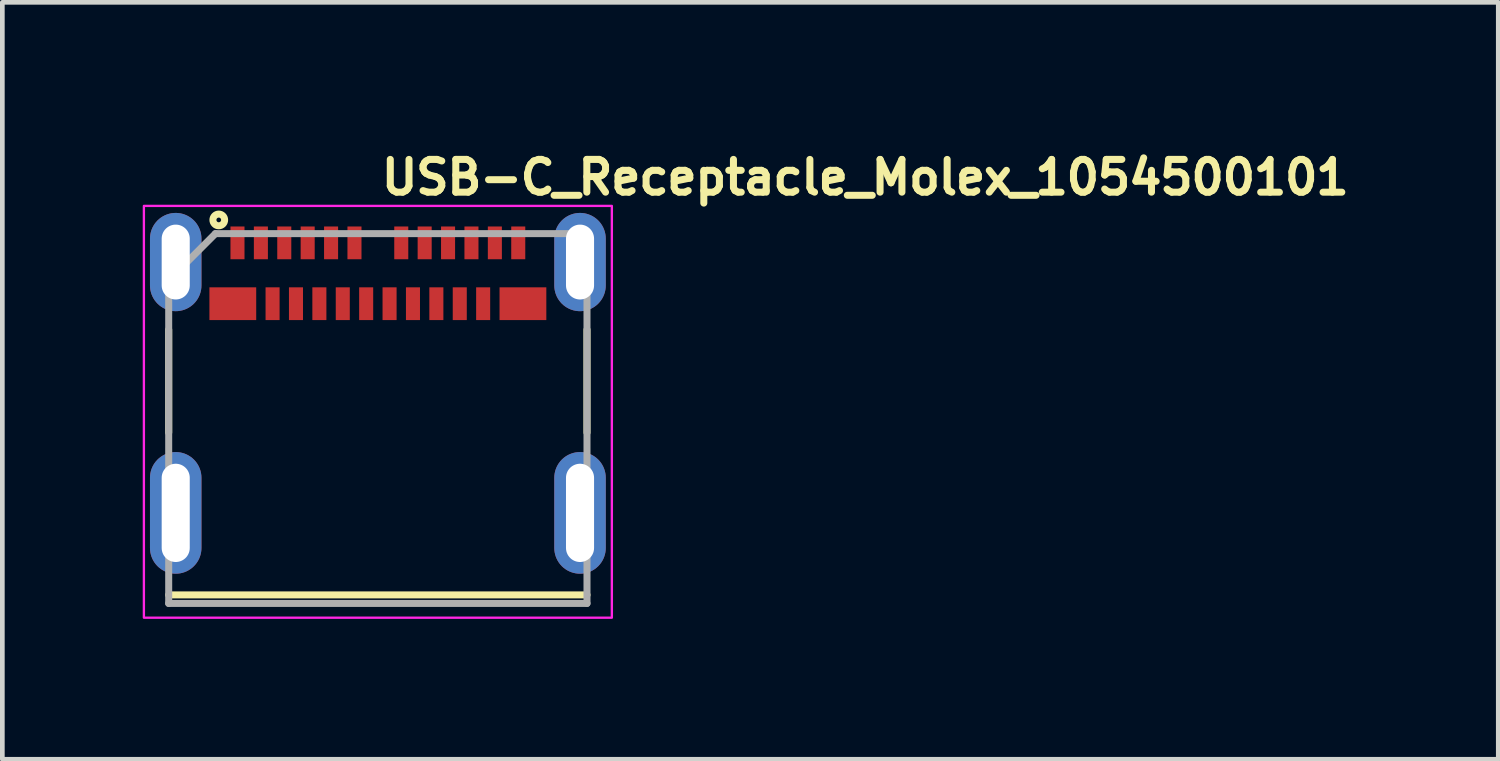
<source format=kicad_pcb>
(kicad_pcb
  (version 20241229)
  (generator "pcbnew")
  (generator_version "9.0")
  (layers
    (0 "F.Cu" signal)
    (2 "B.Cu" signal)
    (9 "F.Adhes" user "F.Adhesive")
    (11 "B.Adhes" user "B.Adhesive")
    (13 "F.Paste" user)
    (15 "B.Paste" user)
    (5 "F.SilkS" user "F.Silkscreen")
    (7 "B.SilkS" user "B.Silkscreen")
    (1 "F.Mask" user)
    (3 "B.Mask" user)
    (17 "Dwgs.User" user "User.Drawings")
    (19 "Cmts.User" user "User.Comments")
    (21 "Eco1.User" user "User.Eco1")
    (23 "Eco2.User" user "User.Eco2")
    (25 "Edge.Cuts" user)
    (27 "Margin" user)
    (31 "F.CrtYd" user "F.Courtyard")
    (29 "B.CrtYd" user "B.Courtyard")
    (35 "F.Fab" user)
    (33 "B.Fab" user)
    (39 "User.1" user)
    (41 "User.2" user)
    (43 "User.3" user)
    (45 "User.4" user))
  (footprint "USB-C_Receptacle_Molex_1054500101"
    (layer "F.Cu")
    (at 5.025 5.85)
    (property "Reference" "USB-C_Receptacle_Molex_1054500101" (at 0 -4.7 0) (layer "F.SilkS") (effects (font (size 0.7 0.7) (thickness 0.15)) (justify left bottom)))
    (attr smd)
    (fp_line (start -4.47 0.344) (end -4.47 -1.855) (stroke (width 0.15) (type solid)) (layer "F.SilkS"))
    (fp_line (start -4.47 3.813) (end 4.469 3.813) (stroke (width 0.15) (type solid)) (layer "F.SilkS"))
    (fp_line (start 4.469 0.344) (end 4.469 -1.855) (stroke (width 0.15) (type solid)) (layer "F.SilkS"))
    (fp_circle (center -3.4 -4.2) (end -3.35 -4.2) (stroke (width 0.15) (type solid)) (fill no) (layer "F.SilkS"))
    (fp_rect (start -5 -4.5) (end 5 4.3) (stroke (width 0.05) (type solid)) (fill no) (layer "F.CrtYd"))
    (fp_line (start -4.47 -2.907) (end -4.47 3.995) (stroke (width 0.15) (type solid)) (layer "F.Fab"))
    (fp_line (start -4.47 -2.907) (end -3.472 -3.907) (stroke (width 0.15) (type solid)) (layer "F.Fab"))
    (fp_line (start -4.47 3.995) (end 4.469 3.995) (stroke (width 0.15) (type solid)) (layer "F.Fab"))
    (fp_line (start 4.469 -3.907) (end -3.472 -3.907) (stroke (width 0.15) (type solid)) (layer "F.Fab"))
    (fp_line (start 4.469 3.995) (end 4.469 -3.907) (stroke (width 0.15) (type solid)) (layer "F.Fab"))
    (fp_rect (start -4.47 -3.95) (end 4.47 3.95) (stroke (width 0.1) (type solid)) (fill no) (layer "User.5"))
    (fp_line (start -4.47 -3.86) (end -4.47 -3.661) (stroke (width 0.02) (type solid)) (layer "User.9"))
    (fp_line (start -4.47 3.95) (end -4.47 -3.661) (stroke (width 0.02) (type solid)) (layer "User.9"))
    (fp_line (start -4.462 -3.661) (end -4.47 -3.661) (stroke (width 0.02) (type solid)) (layer "User.9"))
    (fp_line (start -4.462 -3.661) (end -4.462 -3.661) (stroke (width 0.02) (type solid)) (layer "User.9"))
    (fp_line (start -4.462 3.95) (end -4.47 3.95) (stroke (width 0.02) (type solid)) (layer "User.9"))
    (fp_line (start -4.462 3.95) (end -4.462 3.95) (stroke (width 0.02) (type solid)) (layer "User.9"))
    (fp_line (start -4.438 -3.661) (end -4.462 -3.661) (stroke (width 0.02) (type solid)) (layer "User.9"))
    (fp_line (start -4.438 -3.661) (end -4.438 -3.661) (stroke (width 0.02) (type solid)) (layer "User.9"))
    (fp_line (start -4.438 3.95) (end -4.462 3.95) (stroke (width 0.02) (type solid)) (layer "User.9"))
    (fp_line (start -4.438 3.95) (end -4.438 3.95) (stroke (width 0.02) (type solid)) (layer "User.9"))
    (fp_line (start -4.398 -3.661) (end -4.438 -3.661) (stroke (width 0.02) (type solid)) (layer "User.9"))
    (fp_line (start -4.398 -3.661) (end -4.398 -3.661) (stroke (width 0.02) (type solid)) (layer "User.9"))
    (fp_line (start -4.398 3.95) (end -4.438 3.95) (stroke (width 0.02) (type solid)) (layer "User.9"))
    (fp_line (start -4.398 3.95) (end -4.398 3.95) (stroke (width 0.02) (type solid)) (layer "User.9"))
    (fp_line (start -4.343 -3.661) (end -4.398 -3.661) (stroke (width 0.02) (type solid)) (layer "User.9"))
    (fp_line (start -4.343 -3.661) (end -4.343 -3.661) (stroke (width 0.02) (type solid)) (layer "User.9"))
    (fp_line (start -4.343 3.95) (end -4.398 3.95) (stroke (width 0.02) (type solid)) (layer "User.9"))
    (fp_line (start -4.343 3.95) (end -4.343 3.95) (stroke (width 0.02) (type solid)) (layer "User.9"))
    (fp_line (start -4.321 -3.86) (end -4.47 -3.86) (stroke (width 0.02) (type solid)) (layer "User.9"))
    (fp_line (start -4.321 -3.86) (end -4.17 -3.71) (stroke (width 0.02) (type solid)) (layer "User.9"))
    (fp_line (start -4.271 -3.661) (end -4.343 -3.661) (stroke (width 0.02) (type solid)) (layer "User.9"))
    (fp_line (start -4.271 -3.661) (end -4.271 -3.661) (stroke (width 0.02) (type solid)) (layer "User.9"))
    (fp_line (start -4.271 3.95) (end -4.343 3.95) (stroke (width 0.02) (type solid)) (layer "User.9"))
    (fp_line (start -4.271 3.95) (end -4.271 3.95) (stroke (width 0.02) (type solid)) (layer "User.9"))
    (fp_line (start -4.188 -3.661) (end -4.271 -3.661) (stroke (width 0.02) (type solid)) (layer "User.9"))
    (fp_line (start -4.188 -3.661) (end -4.188 -3.661) (stroke (width 0.02) (type solid)) (layer "User.9"))
    (fp_line (start -4.188 3.95) (end -4.271 3.95) (stroke (width 0.02) (type solid)) (layer "User.9"))
    (fp_line (start -4.188 3.95) (end -4.188 3.95) (stroke (width 0.02) (type solid)) (layer "User.9"))
    (fp_line (start -4.17 -3.71) (end -4.17 -3.661) (stroke (width 0.02) (type solid)) (layer "User.9"))
    (fp_line (start -4.09 -3.661) (end -4.188 -3.661) (stroke (width 0.02) (type solid)) (layer "User.9"))
    (fp_line (start -4.09 -3.661) (end -4.09 -3.661) (stroke (width 0.02) (type solid)) (layer "User.9"))
    (fp_line (start -4.09 3.95) (end -4.188 3.95) (stroke (width 0.02) (type solid)) (layer "User.9"))
    (fp_line (start -4.09 3.95) (end -4.09 3.95) (stroke (width 0.02) (type solid)) (layer "User.9"))
    (fp_line (start -3.981 -3.661) (end -4.09 -3.661) (stroke (width 0.02) (type solid)) (layer "User.9"))
    (fp_line (start -3.981 -3.661) (end -3.981 -3.661) (stroke (width 0.02) (type solid)) (layer "User.9"))
    (fp_line (start -3.981 3.95) (end -4.09 3.95) (stroke (width 0.02) (type solid)) (layer "User.9"))
    (fp_line (start -3.981 3.95) (end -3.981 3.95) (stroke (width 0.02) (type solid)) (layer "User.9"))
    (fp_line (start -3.863 -3.661) (end -3.981 -3.661) (stroke (width 0.02) (type solid)) (layer "User.9"))
    (fp_line (start -3.863 -3.661) (end -3.863 -3.661) (stroke (width 0.02) (type solid)) (layer "User.9"))
    (fp_line (start -3.863 3.95) (end -3.981 3.95) (stroke (width 0.02) (type solid)) (layer "User.9"))
    (fp_line (start -3.863 3.95) (end -3.863 3.95) (stroke (width 0.02) (type solid)) (layer "User.9"))
    (fp_line (start -3.847 -3.661) (end -3.847 -3.911) (stroke (width 0.02) (type solid)) (layer "User.9"))
    (fp_line (start -3.714 -3.911) (end -3.847 -3.911) (stroke (width 0.02) (type solid)) (layer "User.9"))
    (fp_line (start -3.714 -3.911) (end -3.714 -3.911) (stroke (width 0.02) (type solid)) (layer "User.9"))
    (fp_line (start -3.601 -3.661) (end -3.863 -3.661) (stroke (width 0.02) (type solid)) (layer "User.9"))
    (fp_line (start -3.601 -3.661) (end -3.601 -3.661) (stroke (width 0.02) (type solid)) (layer "User.9"))
    (fp_line (start -3.601 3.95) (end -3.863 3.95) (stroke (width 0.02) (type solid)) (layer "User.9"))
    (fp_line (start -3.601 3.95) (end -3.601 3.95) (stroke (width 0.02) (type solid)) (layer "User.9"))
    (fp_line (start -3.395 -3.911) (end -3.714 -3.911) (stroke (width 0.02) (type solid)) (layer "User.9"))
    (fp_line (start -3.17 -3.661) (end -3.601 -3.661) (stroke (width 0.02) (type solid)) (layer "User.9"))
    (fp_line (start -3.17 -3.661) (end -2.452 -3.661) (stroke (width 0.02) (type solid)) (layer "User.9"))
    (fp_line (start -3.17 3.95) (end -3.601 3.95) (stroke (width 0.02) (type solid)) (layer "User.9"))
    (fp_line (start -3.101 -3.951) (end -3.101 -3.911) (stroke (width 0.02) (type solid)) (layer "User.9"))
    (fp_line (start -2.9 -3.951) (end -3.101 -3.951) (stroke (width 0.02) (type solid)) (layer "User.9"))
    (fp_line (start -2.9 -3.951) (end -2.9 -3.911) (stroke (width 0.02) (type solid)) (layer "User.9"))
    (fp_line (start -2.802 -2.73) (end -2.802 -2.431) (stroke (width 0.02) (type solid)) (layer "User.9"))
    (fp_line (start -2.802 -2.445) (end -2.802 -2.431) (stroke (width 0.02) (type solid)) (layer "User.9"))
    (fp_line (start -2.802 -2.431) (end -2.802 -1.831) (stroke (width 0.02) (type solid)) (layer "User.9"))
    (fp_line (start -2.802 -1.831) (end -2.802 -1.817) (stroke (width 0.02) (type solid)) (layer "User.9"))
    (fp_line (start -2.802 -1.831) (end -2.802 -1.53) (stroke (width 0.02) (type solid)) (layer "User.9"))
    (fp_line (start -2.802 -1.831) (end -1.276 -1.831) (stroke (width 0.02) (type solid)) (layer "User.9"))
    (fp_line (start -2.802 -1.817) (end -2.799 -1.801) (stroke (width 0.02) (type solid)) (layer "User.9"))
    (fp_line (start -2.802 -1.53) (end -2.5 -1.53) (stroke (width 0.02) (type solid)) (layer "User.9"))
    (fp_line (start -2.799 -2.46) (end -2.802 -2.445) (stroke (width 0.02) (type solid)) (layer "User.9"))
    (fp_line (start -2.799 -1.801) (end -2.798 -1.786) (stroke (width 0.02) (type solid)) (layer "User.9"))
    (fp_line (start -2.798 -2.476) (end -2.799 -2.46) (stroke (width 0.02) (type solid)) (layer "User.9"))
    (fp_line (start -2.798 -1.786) (end -2.795 -1.772) (stroke (width 0.02) (type solid)) (layer "User.9"))
    (fp_line (start -2.795 -2.489) (end -2.798 -2.476) (stroke (width 0.02) (type solid)) (layer "User.9"))
    (fp_line (start -2.795 -1.772) (end -2.791 -1.758) (stroke (width 0.02) (type solid)) (layer "User.9"))
    (fp_line (start -2.791 -2.504) (end -2.795 -2.489) (stroke (width 0.02) (type solid)) (layer "User.9"))
    (fp_line (start -2.791 -1.758) (end -2.79 -1.744) (stroke (width 0.02) (type solid)) (layer "User.9"))
    (fp_line (start -2.79 -2.52) (end -2.791 -2.504) (stroke (width 0.02) (type solid)) (layer "User.9"))
    (fp_line (start -2.79 -1.744) (end -2.783 -1.73) (stroke (width 0.02) (type solid)) (layer "User.9"))
    (fp_line (start -2.783 -2.532) (end -2.79 -2.52) (stroke (width 0.02) (type solid)) (layer "User.9"))
    (fp_line (start -2.783 -1.73) (end -2.778 -1.716) (stroke (width 0.02) (type solid)) (layer "User.9"))
    (fp_line (start -2.778 -2.545) (end -2.783 -2.532) (stroke (width 0.02) (type solid)) (layer "User.9"))
    (fp_line (start -2.778 -1.716) (end -2.774 -1.702) (stroke (width 0.02) (type solid)) (layer "User.9"))
    (fp_line (start -2.774 -2.56) (end -2.778 -2.545) (stroke (width 0.02) (type solid)) (layer "User.9"))
    (fp_line (start -2.774 -1.702) (end -2.766 -1.69) (stroke (width 0.02) (type solid)) (layer "User.9"))
    (fp_line (start -2.766 -2.573) (end -2.774 -2.56) (stroke (width 0.02) (type solid)) (layer "User.9"))
    (fp_line (start -2.766 -1.69) (end -2.758 -1.676) (stroke (width 0.02) (type solid)) (layer "User.9"))
    (fp_line (start -2.758 -2.585) (end -2.766 -2.573) (stroke (width 0.02) (type solid)) (layer "User.9"))
    (fp_line (start -2.758 -1.676) (end -2.75 -1.666) (stroke (width 0.02) (type solid)) (layer "User.9"))
    (fp_line (start -2.75 -2.597) (end -2.758 -2.585) (stroke (width 0.02) (type solid)) (layer "User.9"))
    (fp_line (start -2.75 -1.666) (end -2.742 -1.653) (stroke (width 0.02) (type solid)) (layer "User.9"))
    (fp_line (start -2.742 -2.609) (end -2.75 -2.597) (stroke (width 0.02) (type solid)) (layer "User.9"))
    (fp_line (start -2.742 -1.653) (end -2.734 -1.641) (stroke (width 0.02) (type solid)) (layer "User.9"))
    (fp_line (start -2.734 -2.621) (end -2.742 -2.609) (stroke (width 0.02) (type solid)) (layer "User.9"))
    (fp_line (start -2.734 -1.641) (end -2.723 -1.629) (stroke (width 0.02) (type solid)) (layer "User.9"))
    (fp_line (start -2.723 -2.633) (end -2.734 -2.621) (stroke (width 0.02) (type solid)) (layer "User.9"))
    (fp_line (start -2.723 -1.629) (end -2.714 -1.619) (stroke (width 0.02) (type solid)) (layer "User.9"))
    (fp_line (start -2.714 -2.645) (end -2.723 -2.633) (stroke (width 0.02) (type solid)) (layer "User.9"))
    (fp_line (start -2.714 -2.645) (end -2.714 -2.645) (stroke (width 0.02) (type solid)) (layer "User.9"))
    (fp_line (start -2.714 -1.619) (end -2.714 -1.619) (stroke (width 0.02) (type solid)) (layer "User.9"))
    (fp_line (start -2.714 -1.619) (end -2.702 -1.609) (stroke (width 0.02) (type solid)) (layer "User.9"))
    (fp_line (start -2.702 -2.653) (end -2.714 -2.645) (stroke (width 0.02) (type solid)) (layer "User.9"))
    (fp_line (start -2.702 -1.609) (end -2.691 -1.599) (stroke (width 0.02) (type solid)) (layer "User.9"))
    (fp_line (start -2.695 -1.099) (end -2.695 -1.121) (stroke (width 0.02) (type solid)) (layer "User.9"))
    (fp_line (start -2.695 -1.099) (end -2.645 -1.099) (stroke (width 0.02) (type solid)) (layer "User.9"))
    (fp_line (start -2.695 -0.784) (end -2.645 -0.784) (stroke (width 0.02) (type solid)) (layer "User.9"))
    (fp_line (start -2.695 -0.75) (end -2.695 -0.784) (stroke (width 0.02) (type solid)) (layer "User.9"))
    (fp_line (start -2.691 -2.665) (end -2.702 -2.653) (stroke (width 0.02) (type solid)) (layer "User.9"))
    (fp_line (start -2.691 -1.599) (end -2.681 -1.589) (stroke (width 0.02) (type solid)) (layer "User.9"))
    (fp_line (start -2.685 -0.784) (end -2.661 -0.75) (stroke (width 0.02) (type solid)) (layer "User.9"))
    (fp_line (start -2.681 -2.673) (end -2.691 -2.665) (stroke (width 0.02) (type solid)) (layer "User.9"))
    (fp_line (start -2.681 -1.589) (end -2.669 -1.581) (stroke (width 0.02) (type solid)) (layer "User.9"))
    (fp_line (start -2.669 -2.681) (end -2.681 -2.673) (stroke (width 0.02) (type solid)) (layer "User.9"))
    (fp_line (start -2.669 -1.581) (end -2.657 -1.573) (stroke (width 0.02) (type solid)) (layer "User.9"))
    (fp_line (start -2.661 -0.75) (end -2.695 -0.75) (stroke (width 0.02) (type solid)) (layer "User.9"))
    (fp_line (start -2.657 -2.69) (end -2.669 -2.681) (stroke (width 0.02) (type solid)) (layer "User.9"))
    (fp_line (start -2.657 -1.573) (end -2.642 -1.567) (stroke (width 0.02) (type solid)) (layer "User.9"))
    (fp_line (start -2.645 -1.099) (end -2.356 -1.099) (stroke (width 0.02) (type solid)) (layer "User.9"))
    (fp_line (start -2.645 -0.784) (end -2.356 -0.784) (stroke (width 0.02) (type solid)) (layer "User.9"))
    (fp_line (start -2.642 -2.695) (end -2.657 -2.69) (stroke (width 0.02) (type solid)) (layer "User.9"))
    (fp_line (start -2.642 -1.567) (end -2.629 -1.559) (stroke (width 0.02) (type solid)) (layer "User.9"))
    (fp_line (start -2.629 -2.702) (end -2.642 -2.695) (stroke (width 0.02) (type solid)) (layer "User.9"))
    (fp_line (start -2.629 -1.559) (end -2.617 -1.553) (stroke (width 0.02) (type solid)) (layer "User.9"))
    (fp_line (start -2.617 -2.71) (end -2.629 -2.702) (stroke (width 0.02) (type solid)) (layer "User.9"))
    (fp_line (start -2.617 -1.553) (end -2.602 -1.549) (stroke (width 0.02) (type solid)) (layer "User.9"))
    (fp_line (start -2.614 -2.282) (end -2.614 -1.831) (stroke (width 0.02) (type solid)) (layer "User.9"))
    (fp_line (start -2.602 -2.714) (end -2.617 -2.71) (stroke (width 0.02) (type solid)) (layer "User.9"))
    (fp_line (start -2.602 -1.549) (end -2.589 -1.543) (stroke (width 0.02) (type solid)) (layer "User.9"))
    (fp_line (start -2.601 -3.951) (end -2.601 -3.911) (stroke (width 0.02) (type solid)) (layer "User.9"))
    (fp_line (start -2.589 -2.718) (end -2.602 -2.714) (stroke (width 0.02) (type solid)) (layer "User.9"))
    (fp_line (start -2.589 -1.543) (end -2.574 -1.541) (stroke (width 0.02) (type solid)) (layer "User.9"))
    (fp_line (start -2.574 -2.722) (end -2.589 -2.718) (stroke (width 0.02) (type solid)) (layer "User.9"))
    (fp_line (start -2.574 -1.541) (end -2.56 -1.536) (stroke (width 0.02) (type solid)) (layer "User.9"))
    (fp_line (start -2.56 -2.726) (end -2.574 -2.722) (stroke (width 0.02) (type solid)) (layer "User.9"))
    (fp_line (start -2.56 -1.536) (end -2.545 -1.534) (stroke (width 0.02) (type solid)) (layer "User.9"))
    (fp_line (start -2.545 -2.727) (end -2.56 -2.726) (stroke (width 0.02) (type solid)) (layer "User.9"))
    (fp_line (start -2.545 -1.534) (end -2.532 -1.532) (stroke (width 0.02) (type solid)) (layer "User.9"))
    (fp_line (start -2.532 -2.73) (end -2.545 -2.727) (stroke (width 0.02) (type solid)) (layer "User.9"))
    (fp_line (start -2.532 -1.532) (end -2.516 -1.532) (stroke (width 0.02) (type solid)) (layer "User.9"))
    (fp_line (start -2.516 -2.73) (end -2.532 -2.73) (stroke (width 0.02) (type solid)) (layer "User.9"))
    (fp_line (start -2.516 -1.532) (end -2.5 -1.53) (stroke (width 0.02) (type solid)) (layer "User.9"))
    (fp_line (start -2.5 -2.73) (end -2.802 -2.73) (stroke (width 0.02) (type solid)) (layer "User.9"))
    (fp_line (start -2.5 -2.73) (end -2.516 -2.73) (stroke (width 0.02) (type solid)) (layer "User.9"))
    (fp_line (start -2.5 -1.53) (end -1 -1.53) (stroke (width 0.02) (type solid)) (layer "User.9"))
    (fp_line (start -2.452 -3.661) (end -2.452 -3.512) (stroke (width 0.02) (type solid)) (layer "User.9"))
    (fp_line (start -2.452 -3.61) (end -2.05 -3.61) (stroke (width 0.02) (type solid)) (layer "User.9"))
    (fp_line (start -2.452 -3.512) (end -2.452 -3.497) (stroke (width 0.02) (type solid)) (layer "User.9"))
    (fp_line (start -2.452 -3.497) (end -2.449 -3.484) (stroke (width 0.02) (type solid)) (layer "User.9"))
    (fp_line (start -2.449 -3.484) (end -2.448 -3.472) (stroke (width 0.02) (type solid)) (layer "User.9"))
    (fp_line (start -2.448 -3.472) (end -2.444 -3.46) (stroke (width 0.02) (type solid)) (layer "User.9"))
    (fp_line (start -2.444 -3.46) (end -2.44 -3.447) (stroke (width 0.02) (type solid)) (layer "User.9"))
    (fp_line (start -2.44 -3.447) (end -2.436 -3.435) (stroke (width 0.02) (type solid)) (layer "User.9"))
    (fp_line (start -2.436 -3.435) (end -2.431 -3.423) (stroke (width 0.02) (type solid)) (layer "User.9"))
    (fp_line (start -2.431 -3.423) (end -2.424 -3.411) (stroke (width 0.02) (type solid)) (layer "User.9"))
    (fp_line (start -2.424 -3.411) (end -2.419 -3.4) (stroke (width 0.02) (type solid)) (layer "User.9"))
    (fp_line (start -2.419 -3.4) (end -2.411 -3.391) (stroke (width 0.02) (type solid)) (layer "User.9"))
    (fp_line (start -2.411 -3.391) (end -2.403 -3.379) (stroke (width 0.02) (type solid)) (layer "User.9"))
    (fp_line (start -2.403 -3.379) (end -2.392 -3.371) (stroke (width 0.02) (type solid)) (layer "User.9"))
    (fp_line (start -2.4 -3.951) (end -2.601 -3.951) (stroke (width 0.02) (type solid)) (layer "User.9"))
    (fp_line (start -2.4 -3.951) (end -2.4 -3.911) (stroke (width 0.02) (type solid)) (layer "User.9"))
    (fp_line (start -2.392 -3.371) (end -2.383 -3.36) (stroke (width 0.02) (type solid)) (layer "User.9"))
    (fp_line (start -2.383 -3.36) (end -2.375 -3.352) (stroke (width 0.02) (type solid)) (layer "User.9"))
    (fp_line (start -2.375 -3.352) (end -2.363 -3.344) (stroke (width 0.02) (type solid)) (layer "User.9"))
    (fp_line (start -2.372 -2.29) (end -2.372 -2.282) (stroke (width 0.02) (type solid)) (layer "User.9"))
    (fp_line (start -2.372 -2.282) (end -2.802 -2.282) (stroke (width 0.02) (type solid)) (layer "User.9"))
    (fp_line (start -2.372 -2.282) (end -2.372 -1.98) (stroke (width 0.02) (type solid)) (layer "User.9"))
    (fp_line (start -2.372 -1.98) (end -2.372 -1.974) (stroke (width 0.02) (type solid)) (layer "User.9"))
    (fp_line (start -2.372 -1.974) (end -2.371 -1.966) (stroke (width 0.02) (type solid)) (layer "User.9"))
    (fp_line (start -2.371 -2.311) (end -2.371 -2.303) (stroke (width 0.02) (type solid)) (layer "User.9"))
    (fp_line (start -2.371 -2.303) (end -2.371 -2.298) (stroke (width 0.02) (type solid)) (layer "User.9"))
    (fp_line (start -2.371 -2.298) (end -2.372 -2.29) (stroke (width 0.02) (type solid)) (layer "User.9"))
    (fp_line (start -2.371 -1.966) (end -2.371 -1.958) (stroke (width 0.02) (type solid)) (layer "User.9"))
    (fp_line (start -2.371 -1.958) (end -2.371 -1.95) (stroke (width 0.02) (type solid)) (layer "User.9"))
    (fp_line (start -2.371 -1.95) (end -2.367 -1.944) (stroke (width 0.02) (type solid)) (layer "User.9"))
    (fp_line (start -2.367 -2.327) (end -2.367 -2.319) (stroke (width 0.02) (type solid)) (layer "User.9"))
    (fp_line (start -2.367 -2.319) (end -2.371 -2.311) (stroke (width 0.02) (type solid)) (layer "User.9"))
    (fp_line (start -2.367 -1.944) (end -2.367 -1.936) (stroke (width 0.02) (type solid)) (layer "User.9"))
    (fp_line (start -2.367 -1.936) (end -2.363 -1.93) (stroke (width 0.02) (type solid)) (layer "User.9"))
    (fp_line (start -2.363 -3.344) (end -2.351 -3.339) (stroke (width 0.02) (type solid)) (layer "User.9"))
    (fp_line (start -2.363 -2.332) (end -2.367 -2.327) (stroke (width 0.02) (type solid)) (layer "User.9"))
    (fp_line (start -2.363 -1.93) (end -2.36 -1.922) (stroke (width 0.02) (type solid)) (layer "User.9"))
    (fp_line (start -2.36 -2.339) (end -2.363 -2.332) (stroke (width 0.02) (type solid)) (layer "User.9"))
    (fp_line (start -2.36 -1.922) (end -2.359 -1.915) (stroke (width 0.02) (type solid)) (layer "User.9"))
    (fp_line (start -2.359 -2.347) (end -2.36 -2.339) (stroke (width 0.02) (type solid)) (layer "User.9"))
    (fp_line (start -2.359 -1.915) (end -2.355 -1.909) (stroke (width 0.02) (type solid)) (layer "User.9"))
    (fp_line (start -2.356 -1.099) (end -1.986 -1.099) (stroke (width 0.02) (type solid)) (layer "User.9"))
    (fp_line (start -2.356 -0.784) (end -1.986 -0.784) (stroke (width 0.02) (type solid)) (layer "User.9"))
    (fp_line (start -2.355 -2.352) (end -2.359 -2.347) (stroke (width 0.02) (type solid)) (layer "User.9"))
    (fp_line (start -2.355 -1.909) (end -2.351 -1.903) (stroke (width 0.02) (type solid)) (layer "User.9"))
    (fp_line (start -2.351 -3.339) (end -2.351 -3.339) (stroke (width 0.02) (type solid)) (layer "User.9"))
    (fp_line (start -2.351 -3.339) (end -2.339 -3.331) (stroke (width 0.02) (type solid)) (layer "User.9"))
    (fp_line (start -2.351 -2.359) (end -2.355 -2.352) (stroke (width 0.02) (type solid)) (layer "User.9"))
    (fp_line (start -2.351 -1.903) (end -2.347 -1.897) (stroke (width 0.02) (type solid)) (layer "User.9"))
    (fp_line (start -2.347 -2.364) (end -2.351 -2.359) (stroke (width 0.02) (type solid)) (layer "User.9"))
    (fp_line (start -2.347 -1.897) (end -2.343 -1.891) (stroke (width 0.02) (type solid)) (layer "User.9"))
    (fp_line (start -2.343 -2.371) (end -2.347 -2.364) (stroke (width 0.02) (type solid)) (layer "User.9"))
    (fp_line (start -2.343 -1.891) (end -2.339 -1.885) (stroke (width 0.02) (type solid)) (layer "User.9"))
    (fp_line (start -2.339 -3.331) (end -2.327 -3.326) (stroke (width 0.02) (type solid)) (layer "User.9"))
    (fp_line (start -2.339 -2.376) (end -2.343 -2.371) (stroke (width 0.02) (type solid)) (layer "User.9"))
    (fp_line (start -2.339 -1.885) (end -2.335 -1.881) (stroke (width 0.02) (type solid)) (layer "User.9"))
    (fp_line (start -2.335 -2.383) (end -2.339 -2.376) (stroke (width 0.02) (type solid)) (layer "User.9"))
    (fp_line (start -2.335 -1.881) (end -2.331 -1.875) (stroke (width 0.02) (type solid)) (layer "User.9"))
    (fp_line (start -2.331 -2.387) (end -2.335 -2.383) (stroke (width 0.02) (type solid)) (layer "User.9"))
    (fp_line (start -2.331 -1.875) (end -2.323 -1.869) (stroke (width 0.02) (type solid)) (layer "User.9"))
    (fp_line (start -2.327 -3.326) (end -2.315 -3.322) (stroke (width 0.02) (type solid)) (layer "User.9"))
    (fp_line (start -2.323 -2.392) (end -2.331 -2.387) (stroke (width 0.02) (type solid)) (layer "User.9"))
    (fp_line (start -2.323 -1.869) (end -2.319 -1.865) (stroke (width 0.02) (type solid)) (layer "User.9"))
    (fp_line (start -2.32 -1.121) (end -2.32 -1.099) (stroke (width 0.02) (type solid)) (layer "User.9"))
    (fp_line (start -2.32 -0.784) (end -2.32 -0.75) (stroke (width 0.02) (type solid)) (layer "User.9"))
    (fp_line (start -2.319 -2.396) (end -2.323 -2.392) (stroke (width 0.02) (type solid)) (layer "User.9"))
    (fp_line (start -2.319 -1.865) (end -2.315 -1.861) (stroke (width 0.02) (type solid)) (layer "User.9"))
    (fp_line (start -2.315 -3.322) (end -2.302 -3.318) (stroke (width 0.02) (type solid)) (layer "User.9"))
    (fp_line (start -2.315 -2.403) (end -2.319 -2.396) (stroke (width 0.02) (type solid)) (layer "User.9"))
    (fp_line (start -2.315 -1.861) (end -2.307 -1.857) (stroke (width 0.02) (type solid)) (layer "User.9"))
    (fp_line (start -2.307 -2.407) (end -2.315 -2.403) (stroke (width 0.02) (type solid)) (layer "User.9"))
    (fp_line (start -2.307 -1.857) (end -2.302 -1.853) (stroke (width 0.02) (type solid)) (layer "User.9"))
    (fp_line (start -2.302 -3.318) (end -2.29 -3.314) (stroke (width 0.02) (type solid)) (layer "User.9"))
    (fp_line (start -2.302 -2.411) (end -2.307 -2.407) (stroke (width 0.02) (type solid)) (layer "User.9"))
    (fp_line (start -2.302 -1.853) (end -2.295 -1.849) (stroke (width 0.02) (type solid)) (layer "User.9"))
    (fp_line (start -2.295 -2.412) (end -2.302 -2.411) (stroke (width 0.02) (type solid)) (layer "User.9"))
    (fp_line (start -2.295 -1.849) (end -2.29 -1.845) (stroke (width 0.02) (type solid)) (layer "User.9"))
    (fp_line (start -2.29 -3.314) (end -2.278 -3.314) (stroke (width 0.02) (type solid)) (layer "User.9"))
    (fp_line (start -2.29 -2.416) (end -2.295 -2.412) (stroke (width 0.02) (type solid)) (layer "User.9"))
    (fp_line (start -2.29 -1.845) (end -2.282 -1.843) (stroke (width 0.02) (type solid)) (layer "User.9"))
    (fp_line (start -2.282 -2.419) (end -2.29 -2.416) (stroke (width 0.02) (type solid)) (layer "User.9"))
    (fp_line (start -2.282 -1.843) (end -2.275 -1.841) (stroke (width 0.02) (type solid)) (layer "User.9"))
    (fp_line (start -2.278 -3.314) (end -2.263 -3.311) (stroke (width 0.02) (type solid)) (layer "User.9"))
    (fp_line (start -2.275 -2.423) (end -2.282 -2.419) (stroke (width 0.02) (type solid)) (layer "User.9"))
    (fp_line (start -2.275 -1.841) (end -2.27 -1.837) (stroke (width 0.02) (type solid)) (layer "User.9"))
    (fp_line (start -2.27 -2.424) (end -2.275 -2.423) (stroke (width 0.02) (type solid)) (layer "User.9"))
    (fp_line (start -2.27 -1.837) (end -2.262 -1.835) (stroke (width 0.02) (type solid)) (layer "User.9"))
    (fp_line (start -2.263 -3.311) (end -2.25 -3.31) (stroke (width 0.02) (type solid)) (layer "User.9"))
    (fp_line (start -2.262 -2.427) (end -2.27 -2.424) (stroke (width 0.02) (type solid)) (layer "User.9"))
    (fp_line (start -2.262 -1.835) (end -2.254 -1.835) (stroke (width 0.02) (type solid)) (layer "User.9"))
    (fp_line (start -2.254 -2.427) (end -2.262 -2.427) (stroke (width 0.02) (type solid)) (layer "User.9"))
    (fp_line (start -2.254 -1.835) (end -2.247 -1.833) (stroke (width 0.02) (type solid)) (layer "User.9"))
    (fp_line (start -2.25 -3.31) (end -2.238 -3.311) (stroke (width 0.02) (type solid)) (layer "User.9"))
    (fp_line (start -2.247 -2.431) (end -2.254 -2.427) (stroke (width 0.02) (type solid)) (layer "User.9"))
    (fp_line (start -2.247 -1.833) (end -2.239 -1.831) (stroke (width 0.02) (type solid)) (layer "User.9"))
    (fp_line (start -2.239 -2.431) (end -2.247 -2.431) (stroke (width 0.02) (type solid)) (layer "User.9"))
    (fp_line (start -2.239 -1.831) (end -2.234 -1.831) (stroke (width 0.02) (type solid)) (layer "User.9"))
    (fp_line (start -2.238 -3.311) (end -2.226 -3.314) (stroke (width 0.02) (type solid)) (layer "User.9"))
    (fp_line (start -2.234 -2.431) (end -2.239 -2.431) (stroke (width 0.02) (type solid)) (layer "User.9"))
    (fp_line (start -2.234 -1.831) (end -2.226 -1.831) (stroke (width 0.02) (type solid)) (layer "User.9"))
    (fp_line (start -2.226 -3.314) (end -2.214 -3.314) (stroke (width 0.02) (type solid)) (layer "User.9"))
    (fp_line (start -2.226 -2.431) (end -2.234 -2.431) (stroke (width 0.02) (type solid)) (layer "User.9"))
    (fp_line (start -2.226 -1.831) (end -1.276 -1.831) (stroke (width 0.02) (type solid)) (layer "User.9"))
    (fp_line (start -2.214 -3.314) (end -2.199 -3.318) (stroke (width 0.02) (type solid)) (layer "User.9"))
    (fp_line (start -2.199 -3.318) (end -2.187 -3.322) (stroke (width 0.02) (type solid)) (layer "User.9"))
    (fp_line (start -2.187 -3.322) (end -2.174 -3.326) (stroke (width 0.02) (type solid)) (layer "User.9"))
    (fp_line (start -2.174 -3.326) (end -2.162 -3.331) (stroke (width 0.02) (type solid)) (layer "User.9"))
    (fp_line (start -2.162 -3.331) (end -2.15 -3.339) (stroke (width 0.02) (type solid)) (layer "User.9"))
    (fp_line (start -2.15 -3.339) (end -2.15 -3.339) (stroke (width 0.02) (type solid)) (layer "User.9"))
    (fp_line (start -2.15 -3.339) (end -2.145 -3.343) (stroke (width 0.02) (type solid)) (layer "User.9"))
    (fp_line (start -2.145 -3.343) (end -2.141 -3.344) (stroke (width 0.02) (type solid)) (layer "User.9"))
    (fp_line (start -2.141 -3.344) (end -2.134 -3.348) (stroke (width 0.02) (type solid)) (layer "User.9"))
    (fp_line (start -2.134 -3.348) (end -2.129 -3.352) (stroke (width 0.02) (type solid)) (layer "User.9"))
    (fp_line (start -2.129 -3.352) (end -2.125 -3.356) (stroke (width 0.02) (type solid)) (layer "User.9"))
    (fp_line (start -2.125 -3.356) (end -2.118 -3.36) (stroke (width 0.02) (type solid)) (layer "User.9"))
    (fp_line (start -2.118 -3.36) (end -2.113 -3.367) (stroke (width 0.02) (type solid)) (layer "User.9"))
    (fp_line (start -2.113 -3.367) (end -2.109 -3.371) (stroke (width 0.02) (type solid)) (layer "User.9"))
    (fp_line (start -2.109 -3.371) (end -2.105 -3.375) (stroke (width 0.02) (type solid)) (layer "User.9"))
    (fp_line (start -2.105 -3.375) (end -2.101 -3.379) (stroke (width 0.02) (type solid)) (layer "User.9"))
    (fp_line (start -2.101 -3.951) (end -2.101 -3.911) (stroke (width 0.02) (type solid)) (layer "User.9"))
    (fp_line (start -2.101 -3.379) (end -2.097 -3.384) (stroke (width 0.02) (type solid)) (layer "User.9"))
    (fp_line (start -2.097 -3.384) (end -2.093 -3.391) (stroke (width 0.02) (type solid)) (layer "User.9"))
    (fp_line (start -2.093 -3.391) (end -2.089 -3.395) (stroke (width 0.02) (type solid)) (layer "User.9"))
    (fp_line (start -2.089 -3.395) (end -2.085 -3.4) (stroke (width 0.02) (type solid)) (layer "User.9"))
    (fp_line (start -2.085 -3.4) (end -2.081 -3.407) (stroke (width 0.02) (type solid)) (layer "User.9"))
    (fp_line (start -2.081 -3.407) (end -2.077 -3.411) (stroke (width 0.02) (type solid)) (layer "User.9"))
    (fp_line (start -2.077 -3.411) (end -2.074 -3.416) (stroke (width 0.02) (type solid)) (layer "User.9"))
    (fp_line (start -2.074 -3.416) (end -2.073 -3.423) (stroke (width 0.02) (type solid)) (layer "User.9"))
    (fp_line (start -2.073 -3.423) (end -2.069 -3.428) (stroke (width 0.02) (type solid)) (layer "User.9"))
    (fp_line (start -2.069 -3.428) (end -2.066 -3.435) (stroke (width 0.02) (type solid)) (layer "User.9"))
    (fp_line (start -2.066 -3.435) (end -2.065 -3.44) (stroke (width 0.02) (type solid)) (layer "User.9"))
    (fp_line (start -2.065 -3.44) (end -2.061 -3.447) (stroke (width 0.02) (type solid)) (layer "User.9"))
    (fp_line (start -2.061 -3.452) (end -2.057 -3.46) (stroke (width 0.02) (type solid)) (layer "User.9"))
    (fp_line (start -2.061 -3.447) (end -2.061 -3.452) (stroke (width 0.02) (type solid)) (layer "User.9"))
    (fp_line (start -2.057 -3.465) (end -2.054 -3.472) (stroke (width 0.02) (type solid)) (layer "User.9"))
    (fp_line (start -2.057 -3.46) (end -2.444 -3.46) (stroke (width 0.02) (type solid)) (layer "User.9"))
    (fp_line (start -2.057 -3.46) (end -2.057 -3.465) (stroke (width 0.02) (type solid)) (layer "User.9"))
    (fp_line (start -2.054 -3.472) (end -2.053 -3.477) (stroke (width 0.02) (type solid)) (layer "User.9"))
    (fp_line (start -2.053 -3.504) (end -2.05 -3.512) (stroke (width 0.02) (type solid)) (layer "User.9"))
    (fp_line (start -2.053 -3.497) (end -2.053 -3.504) (stroke (width 0.02) (type solid)) (layer "User.9"))
    (fp_line (start -2.053 -3.492) (end -2.053 -3.497) (stroke (width 0.02) (type solid)) (layer "User.9"))
    (fp_line (start -2.053 -3.484) (end -2.053 -3.492) (stroke (width 0.02) (type solid)) (layer "User.9"))
    (fp_line (start -2.053 -3.477) (end -2.053 -3.484) (stroke (width 0.02) (type solid)) (layer "User.9"))
    (fp_line (start -2.05 -3.911) (end -3.395 -3.911) (stroke (width 0.02) (type solid)) (layer "User.9"))
    (fp_line (start -2.05 -3.81) (end -2.05 -3.911) (stroke (width 0.02) (type solid)) (layer "User.9"))
    (fp_line (start -2.05 -3.81) (end -2.05 -3.81) (stroke (width 0.02) (type solid)) (layer "User.9"))
    (fp_line (start -2.05 -3.56) (end -2.05 -3.81) (stroke (width 0.02) (type solid)) (layer "User.9"))
    (fp_line (start -2.05 -3.56) (end -2.05 -3.512) (stroke (width 0.02) (type solid)) (layer "User.9"))
    (fp_line (start -1.986 -1.099) (end -1.756 -1.099) (stroke (width 0.02) (type solid)) (layer "User.9"))
    (fp_line (start -1.986 -0.784) (end -1.756 -0.784) (stroke (width 0.02) (type solid)) (layer "User.9"))
    (fp_line (start -1.901 -3.951) (end -2.101 -3.951) (stroke (width 0.02) (type solid)) (layer "User.9"))
    (fp_line (start -1.901 -3.951) (end -1.901 -3.911) (stroke (width 0.02) (type solid)) (layer "User.9"))
    (fp_line (start -1.756 -1.099) (end -1.385 -1.099) (stroke (width 0.02) (type solid)) (layer "User.9"))
    (fp_line (start -1.756 -0.784) (end -1.385 -0.784) (stroke (width 0.02) (type solid)) (layer "User.9"))
    (fp_line (start -1.601 -3.951) (end -1.601 -3.911) (stroke (width 0.02) (type solid)) (layer "User.9"))
    (fp_line (start -1.401 -3.951) (end -1.601 -3.951) (stroke (width 0.02) (type solid)) (layer "User.9"))
    (fp_line (start -1.401 -3.951) (end -1.401 -3.911) (stroke (width 0.02) (type solid)) (layer "User.9"))
    (fp_line (start -1.401 -2.73) (end -1.401 -2.431) (stroke (width 0.02) (type solid)) (layer "User.9"))
    (fp_line (start -1.385 -1.099) (end -1.099 -1.099) (stroke (width 0.02) (type solid)) (layer "User.9"))
    (fp_line (start -1.385 -0.784) (end -1.099 -0.784) (stroke (width 0.02) (type solid)) (layer "User.9"))
    (fp_line (start -1.276 -2.431) (end -2.226 -2.431) (stroke (width 0.02) (type solid)) (layer "User.9"))
    (fp_line (start -1.276 -2.431) (end -1.051 -2.431) (stroke (width 0.02) (type solid)) (layer "User.9"))
    (fp_line (start -1.25 -3.911) (end -2.05 -3.911) (stroke (width 0.02) (type solid)) (layer "User.9"))
    (fp_line (start -1.25 -3.911) (end -1.25 -3.81) (stroke (width 0.02) (type solid)) (layer "User.9"))
    (fp_line (start -1.25 -3.81) (end -1.25 -3.81) (stroke (width 0.02) (type solid)) (layer "User.9"))
    (fp_line (start -1.25 -3.81) (end -1.25 -3.56) (stroke (width 0.02) (type solid)) (layer "User.9"))
    (fp_line (start -1.25 -3.61) (end -0.85 -3.61) (stroke (width 0.02) (type solid)) (layer "User.9"))
    (fp_line (start -1.25 -3.56) (end -1.25 -3.512) (stroke (width 0.02) (type solid)) (layer "User.9"))
    (fp_line (start -1.25 -3.504) (end -1.25 -3.512) (stroke (width 0.02) (type solid)) (layer "User.9"))
    (fp_line (start -1.25 -3.497) (end -1.25 -3.504) (stroke (width 0.02) (type solid)) (layer "User.9"))
    (fp_line (start -1.25 -3.492) (end -1.25 -3.497) (stroke (width 0.02) (type solid)) (layer "User.9"))
    (fp_line (start -1.25 -3.484) (end -1.25 -3.492) (stroke (width 0.02) (type solid)) (layer "User.9"))
    (fp_line (start -1.248 -3.477) (end -1.25 -3.484) (stroke (width 0.02) (type solid)) (layer "User.9"))
    (fp_line (start -1.248 -3.472) (end -1.248 -3.477) (stroke (width 0.02) (type solid)) (layer "User.9"))
    (fp_line (start -1.246 -3.465) (end -1.248 -3.472) (stroke (width 0.02) (type solid)) (layer "User.9"))
    (fp_line (start -1.244 -3.46) (end -1.246 -3.465) (stroke (width 0.02) (type solid)) (layer "User.9"))
    (fp_line (start -1.242 -3.452) (end -1.244 -3.46) (stroke (width 0.02) (type solid)) (layer "User.9"))
    (fp_line (start -1.24 -3.447) (end -1.242 -3.452) (stroke (width 0.02) (type solid)) (layer "User.9"))
    (fp_line (start -1.238 -3.44) (end -1.24 -3.447) (stroke (width 0.02) (type solid)) (layer "User.9"))
    (fp_line (start -1.236 -3.435) (end -1.238 -3.44) (stroke (width 0.02) (type solid)) (layer "User.9"))
    (fp_line (start -1.234 -3.428) (end -1.236 -3.435) (stroke (width 0.02) (type solid)) (layer "User.9"))
    (fp_line (start -1.23 -3.423) (end -1.234 -3.428) (stroke (width 0.02) (type solid)) (layer "User.9"))
    (fp_line (start -1.228 -3.416) (end -1.23 -3.423) (stroke (width 0.02) (type solid)) (layer "User.9"))
    (fp_line (start -1.224 -3.411) (end -1.228 -3.416) (stroke (width 0.02) (type solid)) (layer "User.9"))
    (fp_line (start -1.22 -3.407) (end -1.224 -3.411) (stroke (width 0.02) (type solid)) (layer "User.9"))
    (fp_line (start -1.218 -3.399) (end -1.22 -3.407) (stroke (width 0.02) (type solid)) (layer "User.9"))
    (fp_line (start -1.214 -3.395) (end -1.218 -3.399) (stroke (width 0.02) (type solid)) (layer "User.9"))
    (fp_line (start -1.214 -2.73) (end -1.214 -2.431) (stroke (width 0.02) (type solid)) (layer "User.9"))
    (fp_line (start -1.21 -3.391) (end -1.214 -3.395) (stroke (width 0.02) (type solid)) (layer "User.9"))
    (fp_line (start -1.206 -3.384) (end -1.21 -3.391) (stroke (width 0.02) (type solid)) (layer "User.9"))
    (fp_line (start -1.202 -3.379) (end -1.206 -3.384) (stroke (width 0.02) (type solid)) (layer "User.9"))
    (fp_line (start -1.198 -3.375) (end -1.202 -3.379) (stroke (width 0.02) (type solid)) (layer "User.9"))
    (fp_line (start -1.192 -3.371) (end -1.198 -3.375) (stroke (width 0.02) (type solid)) (layer "User.9"))
    (fp_line (start -1.188 -3.367) (end -1.192 -3.371) (stroke (width 0.02) (type solid)) (layer "User.9"))
    (fp_line (start -1.184 -3.36) (end -1.188 -3.367) (stroke (width 0.02) (type solid)) (layer "User.9"))
    (fp_line (start -1.178 -3.356) (end -1.184 -3.36) (stroke (width 0.02) (type solid)) (layer "User.9"))
    (fp_line (start -1.174 -3.352) (end -1.178 -3.356) (stroke (width 0.02) (type solid)) (layer "User.9"))
    (fp_line (start -1.168 -3.348) (end -1.174 -3.352) (stroke (width 0.02) (type solid)) (layer "User.9"))
    (fp_line (start -1.162 -3.344) (end -1.168 -3.348) (stroke (width 0.02) (type solid)) (layer "User.9"))
    (fp_line (start -1.156 -3.343) (end -1.162 -3.344) (stroke (width 0.02) (type solid)) (layer "User.9"))
    (fp_line (start -1.151 -3.339) (end -1.156 -3.343) (stroke (width 0.02) (type solid)) (layer "User.9"))
    (fp_line (start -1.151 -3.339) (end -1.151 -3.339) (stroke (width 0.02) (type solid)) (layer "User.9"))
    (fp_line (start -1.139 -3.331) (end -1.151 -3.339) (stroke (width 0.02) (type solid)) (layer "User.9"))
    (fp_line (start -1.127 -3.326) (end -1.139 -3.331) (stroke (width 0.02) (type solid)) (layer "User.9"))
    (fp_line (start -1.115 -3.322) (end -1.127 -3.326) (stroke (width 0.02) (type solid)) (layer "User.9"))
    (fp_line (start -1.103 -3.318) (end -1.115 -3.322) (stroke (width 0.02) (type solid)) (layer "User.9"))
    (fp_line (start -1.101 -3.951) (end -1.101 -3.911) (stroke (width 0.02) (type solid)) (layer "User.9"))
    (fp_line (start -1.099 -1.099) (end -1.045 -1.099) (stroke (width 0.02) (type solid)) (layer "User.9"))
    (fp_line (start -1.099 -0.784) (end -1.045 -0.784) (stroke (width 0.02) (type solid)) (layer "User.9"))
    (fp_line (start -1.089 -3.314) (end -1.103 -3.318) (stroke (width 0.02) (type solid)) (layer "User.9"))
    (fp_line (start -1.077 -3.314) (end -1.089 -3.314) (stroke (width 0.02) (type solid)) (layer "User.9"))
    (fp_line (start -1.071 -1.121) (end -2.695 -1.121) (stroke (width 0.02) (type solid)) (layer "User.9"))
    (fp_line (start -1.071 -1.121) (end -1.071 -1.099) (stroke (width 0.02) (type solid)) (layer "User.9"))
    (fp_line (start -1.071 -0.784) (end -1.071 -0.75) (stroke (width 0.02) (type solid)) (layer "User.9"))
    (fp_line (start -1.071 -0.784) (end -1.071 -0.75) (stroke (width 0.02) (type solid)) (layer "User.9"))
    (fp_line (start -1.063 -3.311) (end -1.077 -3.314) (stroke (width 0.02) (type solid)) (layer "User.9"))
    (fp_line (start -1.051 -3.31) (end -1.063 -3.311) (stroke (width 0.02) (type solid)) (layer "User.9"))
    (fp_line (start -1.051 -2.431) (end -1 -2.431) (stroke (width 0.02) (type solid)) (layer "User.9"))
    (fp_line (start -1.051 -1.831) (end -1.276 -1.831) (stroke (width 0.02) (type solid)) (layer "User.9"))
    (fp_line (start -1.051 -1.831) (end -1 -1.831) (stroke (width 0.02) (type solid)) (layer "User.9"))
    (fp_line (start -1.045 -1.121) (end -2.695 -1.121) (stroke (width 0.02) (type solid)) (layer "User.9"))
    (fp_line (start -1.045 -1.099) (end -1.045 -1.121) (stroke (width 0.02) (type solid)) (layer "User.9"))
    (fp_line (start -1.045 -0.75) (end -2.695 -0.75) (stroke (width 0.02) (type solid)) (layer "User.9"))
    (fp_line (start -1.045 -0.75) (end -1.045 -0.784) (stroke (width 0.02) (type solid)) (layer "User.9"))
    (fp_line (start -1.039 -3.311) (end -1.051 -3.31) (stroke (width 0.02) (type solid)) (layer "User.9"))
    (fp_line (start -1.025 -3.314) (end -1.039 -3.311) (stroke (width 0.02) (type solid)) (layer "User.9"))
    (fp_line (start -1.012 -3.314) (end -1.025 -3.314) (stroke (width 0.02) (type solid)) (layer "User.9"))
    (fp_line (start -1 -2.73) (end -2.5 -2.73) (stroke (width 0.02) (type solid)) (layer "User.9"))
    (fp_line (start -1 -2.431) (end -1 -2.73) (stroke (width 0.02) (type solid)) (layer "User.9"))
    (fp_line (start -1 -2.431) (end -0.996 -2.431) (stroke (width 0.02) (type solid)) (layer "User.9"))
    (fp_line (start -1 -1.53) (end -1 -1.831) (stroke (width 0.02) (type solid)) (layer "User.9"))
    (fp_line (start -1 -1.53) (end -0.995 -1.532) (stroke (width 0.02) (type solid)) (layer "User.9"))
    (fp_line (start -0.999 -3.318) (end -1.012 -3.314) (stroke (width 0.02) (type solid)) (layer "User.9"))
    (fp_line (start -0.996 -2.73) (end -1 -2.73) (stroke (width 0.02) (type solid)) (layer "User.9"))
    (fp_line (start -0.996 -2.431) (end -0.991 -2.431) (stroke (width 0.02) (type solid)) (layer "User.9"))
    (fp_line (start -0.996 -1.831) (end -1 -1.831) (stroke (width 0.02) (type solid)) (layer "User.9"))
    (fp_line (start -0.995 -1.532) (end -0.99 -1.532) (stroke (width 0.02) (type solid)) (layer "User.9"))
    (fp_line (start -0.991 -2.73) (end -0.996 -2.73) (stroke (width 0.02) (type solid)) (layer "User.9"))
    (fp_line (start -0.991 -2.431) (end -0.986 -2.432) (stroke (width 0.02) (type solid)) (layer "User.9"))
    (fp_line (start -0.991 -1.831) (end -0.996 -1.831) (stroke (width 0.02) (type solid)) (layer "User.9"))
    (fp_line (start -0.99 -1.532) (end -0.985 -1.532) (stroke (width 0.02) (type solid)) (layer "User.9"))
    (fp_line (start -0.987 -3.322) (end -0.999 -3.318) (stroke (width 0.02) (type solid)) (layer "User.9"))
    (fp_line (start -0.986 -2.73) (end -0.991 -2.73) (stroke (width 0.02) (type solid)) (layer "User.9"))
    (fp_line (start -0.986 -2.432) (end -0.981 -2.432) (stroke (width 0.02) (type solid)) (layer "User.9"))
    (fp_line (start -0.986 -1.829) (end -0.991 -1.831) (stroke (width 0.02) (type solid)) (layer "User.9"))
    (fp_line (start -0.985 -1.532) (end -0.98 -1.534) (stroke (width 0.02) (type solid)) (layer "User.9"))
    (fp_line (start -0.981 -2.73) (end -0.986 -2.73) (stroke (width 0.02) (type solid)) (layer "User.9"))
    (fp_line (start -0.981 -2.432) (end -0.976 -2.436) (stroke (width 0.02) (type solid)) (layer "User.9"))
    (fp_line (start -0.981 -1.829) (end -0.986 -1.829) (stroke (width 0.02) (type solid)) (layer "User.9"))
    (fp_line (start -0.98 -1.534) (end -0.976 -1.534) (stroke (width 0.02) (type solid)) (layer "User.9"))
    (fp_line (start -0.976 -2.727) (end -0.981 -2.73) (stroke (width 0.02) (type solid)) (layer "User.9"))
    (fp_line (start -0.976 -2.436) (end -0.971 -2.436) (stroke (width 0.02) (type solid)) (layer "User.9"))
    (fp_line (start -0.976 -1.827) (end -0.981 -1.829) (stroke (width 0.02) (type solid)) (layer "User.9"))
    (fp_line (start -0.976 -1.534) (end -0.971 -1.536) (stroke (width 0.02) (type solid)) (layer "User.9"))
    (fp_line (start -0.974 -3.326) (end -0.987 -3.322) (stroke (width 0.02) (type solid)) (layer "User.9"))
    (fp_line (start -0.971 -2.726) (end -0.976 -2.727) (stroke (width 0.02) (type solid)) (layer "User.9"))
    (fp_line (start -0.971 -2.436) (end -0.967 -2.436) (stroke (width 0.02) (type solid)) (layer "User.9"))
    (fp_line (start -0.971 -1.827) (end -0.976 -1.827) (stroke (width 0.02) (type solid)) (layer "User.9"))
    (fp_line (start -0.971 -1.536) (end -0.966 -1.537) (stroke (width 0.02) (type solid)) (layer "User.9"))
    (fp_line (start -0.967 -2.726) (end -0.971 -2.726) (stroke (width 0.02) (type solid)) (layer "User.9"))
    (fp_line (start -0.967 -2.436) (end -0.962 -2.44) (stroke (width 0.02) (type solid)) (layer "User.9"))
    (fp_line (start -0.967 -1.825) (end -0.971 -1.827) (stroke (width 0.02) (type solid)) (layer "User.9"))
    (fp_line (start -0.966 -1.537) (end -0.962 -1.539) (stroke (width 0.02) (type solid)) (layer "User.9"))
    (fp_line (start -0.962 -3.331) (end -0.974 -3.326) (stroke (width 0.02) (type solid)) (layer "User.9"))
    (fp_line (start -0.962 -2.723) (end -0.967 -2.726) (stroke (width 0.02) (type solid)) (layer "User.9"))
    (fp_line (start -0.962 -2.44) (end -0.96 -2.44) (stroke (width 0.02) (type solid)) (layer "User.9"))
    (fp_line (start -0.962 -1.823) (end -0.967 -1.825) (stroke (width 0.02) (type solid)) (layer "User.9"))
    (fp_line (start -0.962 -1.539) (end -0.96 -1.541) (stroke (width 0.02) (type solid)) (layer "User.9"))
    (fp_line (start -0.96 -3.339) (end -0.962 -3.331) (stroke (width 0.02) (type solid)) (layer "User.9"))
    (fp_line (start -0.96 -3.339) (end -0.96 -3.339) (stroke (width 0.02) (type solid)) (layer "User.9"))
    (fp_line (start -0.96 -2.722) (end -0.962 -2.723) (stroke (width 0.02) (type solid)) (layer "User.9"))
    (fp_line (start -0.96 -2.719) (end -0.96 -2.722) (stroke (width 0.02) (type solid)) (layer "User.9"))
    (fp_line (start -0.96 -2.718) (end -0.96 -2.719) (stroke (width 0.02) (type solid)) (layer "User.9"))
    (fp_line (start -0.96 -2.445) (end -0.956 -2.448) (stroke (width 0.02) (type solid)) (layer "User.9"))
    (fp_line (start -0.96 -2.444) (end -0.96 -2.445) (stroke (width 0.02) (type solid)) (layer "User.9"))
    (fp_line (start -0.96 -2.44) (end -0.96 -2.444) (stroke (width 0.02) (type solid)) (layer "User.9"))
    (fp_line (start -0.96 -1.821) (end -0.962 -1.823) (stroke (width 0.02) (type solid)) (layer "User.9"))
    (fp_line (start -0.96 -1.819) (end -0.96 -1.821) (stroke (width 0.02) (type solid)) (layer "User.9"))
    (fp_line (start -0.96 -1.817) (end -0.96 -1.819) (stroke (width 0.02) (type solid)) (layer "User.9"))
    (fp_line (start -0.96 -1.545) (end -0.956 -1.549) (stroke (width 0.02) (type solid)) (layer "User.9"))
    (fp_line (start -0.96 -1.543) (end -0.96 -1.545) (stroke (width 0.02) (type solid)) (layer "User.9"))
    (fp_line (start -0.96 -1.541) (end -0.96 -1.543) (stroke (width 0.02) (type solid)) (layer "User.9"))
    (fp_line (start -0.956 -2.714) (end -0.96 -2.718) (stroke (width 0.02) (type solid)) (layer "User.9"))
    (fp_line (start -0.956 -2.448) (end -0.952 -2.452) (stroke (width 0.02) (type solid)) (layer "User.9"))
    (fp_line (start -0.956 -1.815) (end -0.96 -1.817) (stroke (width 0.02) (type solid)) (layer "User.9"))
    (fp_line (start -0.956 -1.549) (end -0.952 -1.551) (stroke (width 0.02) (type solid)) (layer "User.9"))
    (fp_line (start -0.952 -2.711) (end -0.956 -2.714) (stroke (width 0.02) (type solid)) (layer "User.9"))
    (fp_line (start -0.952 -2.452) (end -0.948 -2.453) (stroke (width 0.02) (type solid)) (layer "User.9"))
    (fp_line (start -0.952 -1.811) (end -0.956 -1.815) (stroke (width 0.02) (type solid)) (layer "User.9"))
    (fp_line (start -0.952 -1.551) (end -0.948 -1.553) (stroke (width 0.02) (type solid)) (layer "User.9"))
    (fp_line (start -0.95 -3.344) (end -0.96 -3.339) (stroke (width 0.02) (type solid)) (layer "User.9"))
    (fp_line (start -0.948 -2.71) (end -0.952 -2.711) (stroke (width 0.02) (type solid)) (layer "User.9"))
    (fp_line (start -0.948 -2.453) (end -0.944 -2.456) (stroke (width 0.02) (type solid)) (layer "User.9"))
    (fp_line (start -0.948 -1.809) (end -0.952 -1.811) (stroke (width 0.02) (type solid)) (layer "User.9"))
    (fp_line (start -0.948 -1.553) (end -0.944 -1.557) (stroke (width 0.02) (type solid)) (layer "User.9"))
    (fp_line (start -0.944 -2.706) (end -0.948 -2.71) (stroke (width 0.02) (type solid)) (layer "User.9"))
    (fp_line (start -0.944 -2.456) (end -0.941 -2.46) (stroke (width 0.02) (type solid)) (layer "User.9"))
    (fp_line (start -0.944 -1.805) (end -0.948 -1.809) (stroke (width 0.02) (type solid)) (layer "User.9"))
    (fp_line (start -0.944 -1.557) (end -0.941 -1.561) (stroke (width 0.02) (type solid)) (layer "User.9"))
    (fp_line (start -0.941 -2.702) (end -0.944 -2.706) (stroke (width 0.02) (type solid)) (layer "User.9"))
    (fp_line (start -0.941 -2.702) (end -0.941 -2.702) (stroke (width 0.02) (type solid)) (layer "User.9"))
    (fp_line (start -0.941 -2.46) (end -0.941 -2.46) (stroke (width 0.02) (type solid)) (layer "User.9"))
    (fp_line (start -0.941 -2.46) (end -0.937 -2.464) (stroke (width 0.02) (type solid)) (layer "User.9"))
    (fp_line (start -0.941 -1.801) (end -0.944 -1.805) (stroke (width 0.02) (type solid)) (layer "User.9"))
    (fp_line (start -0.941 -1.801) (end -0.941 -1.801) (stroke (width 0.02) (type solid)) (layer "User.9"))
    (fp_line (start -0.941 -1.561) (end -0.937 -1.563) (stroke (width 0.02) (type solid)) (layer "User.9"))
    (fp_line (start -0.939 -3.352) (end -0.95 -3.344) (stroke (width 0.02) (type solid)) (layer "User.9"))
    (fp_line (start -0.937 -2.698) (end -0.941 -2.702) (stroke (width 0.02) (type solid)) (layer "User.9"))
    (fp_line (start -0.937 -2.464) (end -0.934 -2.468) (stroke (width 0.02) (type solid)) (layer "User.9"))
    (fp_line (start -0.937 -1.799) (end -0.941 -1.801) (stroke (width 0.02) (type solid)) (layer "User.9"))
    (fp_line (start -0.937 -1.563) (end -0.934 -1.567) (stroke (width 0.02) (type solid)) (layer "User.9"))
    (fp_line (start -0.934 -2.694) (end -0.937 -2.698) (stroke (width 0.02) (type solid)) (layer "User.9"))
    (fp_line (start -0.934 -2.468) (end -0.931 -2.472) (stroke (width 0.02) (type solid)) (layer "User.9"))
    (fp_line (start -0.934 -1.795) (end -0.937 -1.799) (stroke (width 0.02) (type solid)) (layer "User.9"))
    (fp_line (start -0.934 -1.567) (end -0.931 -1.571) (stroke (width 0.02) (type solid)) (layer "User.9"))
    (fp_line (start -0.931 -2.69) (end -0.934 -2.694) (stroke (width 0.02) (type solid)) (layer "User.9"))
    (fp_line (start -0.931 -2.472) (end -0.928 -2.476) (stroke (width 0.02) (type solid)) (layer "User.9"))
    (fp_line (start -0.931 -1.79) (end -0.934 -1.795) (stroke (width 0.02) (type solid)) (layer "User.9"))
    (fp_line (start -0.931 -1.571) (end -0.929 -1.575) (stroke (width 0.02) (type solid)) (layer "User.9"))
    (fp_line (start -0.929 -3.36) (end -0.939 -3.352) (stroke (width 0.02) (type solid)) (layer "User.9"))
    (fp_line (start -0.929 -1.575) (end -0.926 -1.579) (stroke (width 0.02) (type solid)) (layer "User.9"))
    (fp_line (start -0.928 -2.686) (end -0.931 -2.69) (stroke (width 0.02) (type solid)) (layer "User.9"))
    (fp_line (start -0.928 -2.476) (end -0.926 -2.48) (stroke (width 0.02) (type solid)) (layer "User.9"))
    (fp_line (start -0.928 -1.786) (end -0.931 -1.79) (stroke (width 0.02) (type solid)) (layer "User.9"))
    (fp_line (start -0.926 -2.682) (end -0.928 -2.686) (stroke (width 0.02) (type solid)) (layer "User.9"))
    (fp_line (start -0.926 -2.48) (end -0.923 -2.484) (stroke (width 0.02) (type solid)) (layer "User.9"))
    (fp_line (start -0.926 -1.782) (end -0.928 -1.786) (stroke (width 0.02) (type solid)) (layer "User.9"))
    (fp_line (start -0.926 -1.579) (end -0.924 -1.583) (stroke (width 0.02) (type solid)) (layer "User.9"))
    (fp_line (start -0.924 -1.583) (end -0.921 -1.587) (stroke (width 0.02) (type solid)) (layer "User.9"))
    (fp_line (start -0.923 -2.678) (end -0.926 -2.682) (stroke (width 0.02) (type solid)) (layer "User.9"))
    (fp_line (start -0.923 -2.484) (end -0.921 -2.488) (stroke (width 0.02) (type solid)) (layer "User.9"))
    (fp_line (start -0.923 -1.778) (end -0.926 -1.782) (stroke (width 0.02) (type solid)) (layer "User.9"))
    (fp_line (start -0.921 -2.673) (end -0.923 -2.678) (stroke (width 0.02) (type solid)) (layer "User.9"))
    (fp_line (start -0.921 -2.488) (end -0.919 -2.492) (stroke (width 0.02) (type solid)) (layer "User.9"))
    (fp_line (start -0.921 -1.774) (end -0.923 -1.778) (stroke (width 0.02) (type solid)) (layer "User.9"))
    (fp_line (start -0.921 -1.587) (end -0.919 -1.593) (stroke (width 0.02) (type solid)) (layer "User.9"))
    (fp_line (start -0.92 -3.371) (end -0.929 -3.36) (stroke (width 0.02) (type solid)) (layer "User.9"))
    (fp_line (start -0.919 -2.669) (end -0.921 -2.673) (stroke (width 0.02) (type solid)) (layer "User.9"))
    (fp_line (start -0.919 -2.492) (end -0.917 -2.497) (stroke (width 0.02) (type solid)) (layer "User.9"))
    (fp_line (start -0.919 -1.77) (end -0.921 -1.774) (stroke (width 0.02) (type solid)) (layer "User.9"))
    (fp_line (start -0.919 -1.593) (end -0.918 -1.597) (stroke (width 0.02) (type solid)) (layer "User.9"))
    (fp_line (start -0.918 -1.597) (end -0.916 -1.601) (stroke (width 0.02) (type solid)) (layer "User.9"))
    (fp_line (start -0.917 -2.665) (end -0.919 -2.669) (stroke (width 0.02) (type solid)) (layer "User.9"))
    (fp_line (start -0.917 -2.497) (end -0.916 -2.501) (stroke (width 0.02) (type solid)) (layer "User.9"))
    (fp_line (start -0.917 -1.764) (end -0.919 -1.77) (stroke (width 0.02) (type solid)) (layer "User.9"))
    (fp_line (start -0.916 -2.661) (end -0.917 -2.665) (stroke (width 0.02) (type solid)) (layer "User.9"))
    (fp_line (start -0.916 -2.501) (end -0.915 -2.508) (stroke (width 0.02) (type solid)) (layer "User.9"))
    (fp_line (start -0.916 -1.76) (end -0.917 -1.764) (stroke (width 0.02) (type solid)) (layer "User.9"))
    (fp_line (start -0.916 -1.601) (end -0.915 -1.607) (stroke (width 0.02) (type solid)) (layer "User.9"))
    (fp_line (start -0.915 -2.657) (end -0.916 -2.661) (stroke (width 0.02) (type solid)) (layer "User.9"))
    (fp_line (start -0.915 -2.508) (end -0.913 -2.512) (stroke (width 0.02) (type solid)) (layer "User.9"))
    (fp_line (start -0.915 -1.756) (end -0.916 -1.76) (stroke (width 0.02) (type solid)) (layer "User.9"))
    (fp_line (start -0.915 -1.607) (end -0.914 -1.611) (stroke (width 0.02) (type solid)) (layer "User.9"))
    (fp_line (start -0.914 -1.611) (end -0.913 -1.615) (stroke (width 0.02) (type solid)) (layer "User.9"))
    (fp_line (start -0.913 -2.65) (end -0.915 -2.657) (stroke (width 0.02) (type solid)) (layer "User.9"))
    (fp_line (start -0.913 -2.645) (end -0.913 -2.65) (stroke (width 0.02) (type solid)) (layer "User.9"))
    (fp_line (start -0.913 -2.516) (end -0.912 -2.521) (stroke (width 0.02) (type solid)) (layer "User.9"))
    (fp_line (start -0.913 -2.512) (end -0.913 -2.516) (stroke (width 0.02) (type solid)) (layer "User.9"))
    (fp_line (start -0.913 -1.75) (end -0.915 -1.756) (stroke (width 0.02) (type solid)) (layer "User.9"))
    (fp_line (start -0.913 -1.746) (end -0.913 -1.75) (stroke (width 0.02) (type solid)) (layer "User.9"))
    (fp_line (start -0.913 -1.615) (end -0.912 -1.621) (stroke (width 0.02) (type solid)) (layer "User.9"))
    (fp_line (start -0.912 -3.951) (end -1.101 -3.951) (stroke (width 0.02) (type solid)) (layer "User.9"))
    (fp_line (start -0.912 -3.951) (end -0.912 -3.911) (stroke (width 0.02) (type solid)) (layer "User.9"))
    (fp_line (start -0.912 -2.641) (end -0.913 -2.645) (stroke (width 0.02) (type solid)) (layer "User.9"))
    (fp_line (start -0.912 -2.637) (end -0.912 -2.641) (stroke (width 0.02) (type solid)) (layer "User.9"))
    (fp_line (start -0.912 -2.63) (end -0.912 -2.637) (stroke (width 0.02) (type solid)) (layer "User.9"))
    (fp_line (start -0.912 -2.532) (end -0.912 -2.63) (stroke (width 0.02) (type solid)) (layer "User.9"))
    (fp_line (start -0.912 -2.528) (end -0.912 -2.532) (stroke (width 0.02) (type solid)) (layer "User.9"))
    (fp_line (start -0.912 -2.521) (end -0.912 -2.528) (stroke (width 0.02) (type solid)) (layer "User.9"))
    (fp_line (start -0.912 -1.74) (end -0.913 -1.746) (stroke (width 0.02) (type solid)) (layer "User.9"))
    (fp_line (start -0.912 -1.736) (end -0.912 -1.74) (stroke (width 0.02) (type solid)) (layer "User.9"))
    (fp_line (start -0.912 -1.73) (end -0.912 -1.736) (stroke (width 0.02) (type solid)) (layer "User.9"))
    (fp_line (start -0.912 -1.631) (end -0.912 -1.73) (stroke (width 0.02) (type solid)) (layer "User.9"))
    (fp_line (start -0.912 -1.625) (end -0.912 -1.631) (stroke (width 0.02) (type solid)) (layer "User.9"))
    (fp_line (start -0.912 -1.621) (end -0.912 -1.625) (stroke (width 0.02) (type solid)) (layer "User.9"))
    (fp_line (start -0.911 -3.379) (end -0.92 -3.371) (stroke (width 0.02) (type solid)) (layer "User.9"))
    (fp_line (start -0.892 -3.391) (end -0.911 -3.379) (stroke (width 0.02) (type solid)) (layer "User.9"))
    (fp_line (start -0.884 -3.399) (end -0.892 -3.391) (stroke (width 0.02) (type solid)) (layer "User.9"))
    (fp_line (start -0.877 -3.411) (end -0.884 -3.399) (stroke (width 0.02) (type solid)) (layer "User.9"))
    (fp_line (start -0.871 -3.423) (end -0.877 -3.411) (stroke (width 0.02) (type solid)) (layer "User.9"))
    (fp_line (start -0.866 -3.435) (end -0.871 -3.423) (stroke (width 0.02) (type solid)) (layer "User.9"))
    (fp_line (start -0.861 -3.447) (end -0.866 -3.435) (stroke (width 0.02) (type solid)) (layer "User.9"))
    (fp_line (start -0.857 -3.46) (end -1.244 -3.46) (stroke (width 0.02) (type solid)) (layer "User.9"))
    (fp_line (start -0.857 -3.46) (end -0.861 -3.447) (stroke (width 0.02) (type solid)) (layer "User.9"))
    (fp_line (start -0.854 -3.472) (end -0.857 -3.46) (stroke (width 0.02) (type solid)) (layer "User.9"))
    (fp_line (start -0.852 -3.484) (end -0.854 -3.472) (stroke (width 0.02) (type solid)) (layer "User.9"))
    (fp_line (start -0.851 -3.497) (end -0.852 -3.484) (stroke (width 0.02) (type solid)) (layer "User.9"))
    (fp_line (start -0.85 -3.661) (end -0.85 -3.512) (stroke (width 0.02) (type solid)) (layer "User.9"))
    (fp_line (start -0.85 -3.661) (end 0.838 -3.661) (stroke (width 0.02) (type solid)) (layer "User.9"))
    (fp_line (start -0.85 -3.512) (end -0.851 -3.497) (stroke (width 0.02) (type solid)) (layer "User.9"))
    (fp_line (start -0.6 -3.951) (end -0.6 -3.911) (stroke (width 0.02) (type solid)) (layer "User.9"))
    (fp_line (start -0.412 -3.951) (end -0.6 -3.951) (stroke (width 0.02) (type solid)) (layer "User.9"))
    (fp_line (start -0.412 -3.951) (end -0.412 -3.911) (stroke (width 0.02) (type solid)) (layer "User.9"))
    (fp_line (start 0.4 -3.951) (end 0.4 -3.911) (stroke (width 0.02) (type solid)) (layer "User.9"))
    (fp_line (start 0.588 -3.951) (end 0.4 -3.951) (stroke (width 0.02) (type solid)) (layer "User.9"))
    (fp_line (start 0.588 -3.951) (end 0.588 -3.911) (stroke (width 0.02) (type solid)) (layer "User.9"))
    (fp_line (start 0.838 -3.661) (end 0.838 -3.512) (stroke (width 0.02) (type solid)) (layer "User.9"))
    (fp_line (start 0.838 -3.61) (end 1.249 -3.61) (stroke (width 0.02) (type solid)) (layer "User.9"))
    (fp_line (start 0.838 -3.512) (end 0.839 -3.5) (stroke (width 0.02) (type solid)) (layer "User.9"))
    (fp_line (start 0.839 -3.5) (end 0.84 -3.492) (stroke (width 0.02) (type solid)) (layer "User.9"))
    (fp_line (start 0.84 -3.492) (end 0.841 -3.48) (stroke (width 0.02) (type solid)) (layer "User.9"))
    (fp_line (start 0.841 -3.48) (end 0.843 -3.472) (stroke (width 0.02) (type solid)) (layer "User.9"))
    (fp_line (start 0.843 -3.472) (end 0.845 -3.461) (stroke (width 0.02) (type solid)) (layer "User.9"))
    (fp_line (start 0.845 -3.461) (end 0.848 -3.451) (stroke (width 0.02) (type solid)) (layer "User.9"))
    (fp_line (start 0.848 -3.451) (end 0.851 -3.443) (stroke (width 0.02) (type solid)) (layer "User.9"))
    (fp_line (start 0.851 -3.443) (end 0.854 -3.435) (stroke (width 0.02) (type solid)) (layer "User.9"))
    (fp_line (start 0.854 -3.435) (end 0.858 -3.424) (stroke (width 0.02) (type solid)) (layer "User.9"))
    (fp_line (start 0.858 -3.424) (end 0.863 -3.415) (stroke (width 0.02) (type solid)) (layer "User.9"))
    (fp_line (start 0.863 -3.415) (end 0.867 -3.407) (stroke (width 0.02) (type solid)) (layer "User.9"))
    (fp_line (start 0.867 -3.407) (end 0.873 -3.399) (stroke (width 0.02) (type solid)) (layer "User.9"))
    (fp_line (start 0.873 -3.399) (end 0.878 -3.391) (stroke (width 0.02) (type solid)) (layer "User.9"))
    (fp_line (start 0.878 -3.391) (end 0.884 -3.383) (stroke (width 0.02) (type solid)) (layer "User.9"))
    (fp_line (start 0.884 -3.383) (end 0.901 -3.376) (stroke (width 0.02) (type solid)) (layer "User.9"))
    (fp_line (start 0.9 -3.951) (end 0.9 -3.911) (stroke (width 0.02) (type solid)) (layer "User.9"))
    (fp_line (start 0.9 -2.641) (end 0.901 -2.645) (stroke (width 0.02) (type solid)) (layer "User.9"))
    (fp_line (start 0.9 -2.637) (end 0.9 -2.641) (stroke (width 0.02) (type solid)) (layer "User.9"))
    (fp_line (start 0.9 -2.63) (end 0.9 -2.637) (stroke (width 0.02) (type solid)) (layer "User.9"))
    (fp_line (start 0.9 -2.532) (end 0.9 -2.63) (stroke (width 0.02) (type solid)) (layer "User.9"))
    (fp_line (start 0.9 -2.528) (end 0.9 -2.532) (stroke (width 0.02) (type solid)) (layer "User.9"))
    (fp_line (start 0.9 -2.521) (end 0.9 -2.528) (stroke (width 0.02) (type solid)) (layer "User.9"))
    (fp_line (start 0.9 -1.74) (end 0.901 -1.746) (stroke (width 0.02) (type solid)) (layer "User.9"))
    (fp_line (start 0.9 -1.736) (end 0.9 -1.74) (stroke (width 0.02) (type solid)) (layer "User.9"))
    (fp_line (start 0.9 -1.73) (end 0.9 -1.736) (stroke (width 0.02) (type solid)) (layer "User.9"))
    (fp_line (start 0.9 -1.631) (end 0.9 -1.73) (stroke (width 0.02) (type solid)) (layer "User.9"))
    (fp_line (start 0.9 -1.625) (end 0.9 -1.631) (stroke (width 0.02) (type solid)) (layer "User.9"))
    (fp_line (start 0.9 -1.621) (end 0.9 -1.625) (stroke (width 0.02) (type solid)) (layer "User.9"))
    (fp_line (start 0.901 -3.376) (end 0.908 -3.371) (stroke (width 0.02) (type solid)) (layer "User.9"))
    (fp_line (start 0.901 -2.65) (end 0.903 -2.657) (stroke (width 0.02) (type solid)) (layer "User.9"))
    (fp_line (start 0.901 -2.645) (end 0.901 -2.65) (stroke (width 0.02) (type solid)) (layer "User.9"))
    (fp_line (start 0.901 -2.516) (end 0.9 -2.521) (stroke (width 0.02) (type solid)) (layer "User.9"))
    (fp_line (start 0.901 -2.512) (end 0.901 -2.516) (stroke (width 0.02) (type solid)) (layer "User.9"))
    (fp_line (start 0.901 -1.75) (end 0.903 -1.756) (stroke (width 0.02) (type solid)) (layer "User.9"))
    (fp_line (start 0.901 -1.746) (end 0.901 -1.75) (stroke (width 0.02) (type solid)) (layer "User.9"))
    (fp_line (start 0.901 -1.615) (end 0.9 -1.621) (stroke (width 0.02) (type solid)) (layer "User.9"))
    (fp_line (start 0.902 -1.611) (end 0.901 -1.615) (stroke (width 0.02) (type solid)) (layer "User.9"))
    (fp_line (start 0.903 -2.657) (end 0.904 -2.661) (stroke (width 0.02) (type solid)) (layer "User.9"))
    (fp_line (start 0.903 -2.508) (end 0.901 -2.512) (stroke (width 0.02) (type solid)) (layer "User.9"))
    (fp_line (start 0.903 -1.756) (end 0.904 -1.76) (stroke (width 0.02) (type solid)) (layer "User.9"))
    (fp_line (start 0.903 -1.607) (end 0.902 -1.611) (stroke (width 0.02) (type solid)) (layer "User.9"))
    (fp_line (start 0.904 -2.661) (end 0.905 -2.665) (stroke (width 0.02) (type solid)) (layer "User.9"))
    (fp_line (start 0.904 -2.501) (end 0.903 -2.508) (stroke (width 0.02) (type solid)) (layer "User.9"))
    (fp_line (start 0.904 -1.76) (end 0.905 -1.764) (stroke (width 0.02) (type solid)) (layer "User.9"))
    (fp_line (start 0.904 -1.601) (end 0.903 -1.607) (stroke (width 0.02) (type solid)) (layer "User.9"))
    (fp_line (start 0.905 -2.665) (end 0.907 -2.669) (stroke (width 0.02) (type solid)) (layer "User.9"))
    (fp_line (start 0.905 -2.497) (end 0.904 -2.501) (stroke (width 0.02) (type solid)) (layer "User.9"))
    (fp_line (start 0.905 -1.764) (end 0.907 -1.77) (stroke (width 0.02) (type solid)) (layer "User.9"))
    (fp_line (start 0.906 -1.597) (end 0.904 -1.601) (stroke (width 0.02) (type solid)) (layer "User.9"))
    (fp_line (start 0.907 -2.669) (end 0.909 -2.673) (stroke (width 0.02) (type solid)) (layer "User.9"))
    (fp_line (start 0.907 -2.492) (end 0.905 -2.497) (stroke (width 0.02) (type solid)) (layer "User.9"))
    (fp_line (start 0.907 -1.77) (end 0.909 -1.774) (stroke (width 0.02) (type solid)) (layer "User.9"))
    (fp_line (start 0.907 -1.593) (end 0.906 -1.597) (stroke (width 0.02) (type solid)) (layer "User.9"))
    (fp_line (start 0.908 -3.371) (end 0.915 -3.363) (stroke (width 0.02) (type solid)) (layer "User.9"))
    (fp_line (start 0.909 -2.673) (end 0.911 -2.678) (stroke (width 0.02) (type solid)) (layer "User.9"))
    (fp_line (start 0.909 -2.488) (end 0.907 -2.492) (stroke (width 0.02) (type solid)) (layer "User.9"))
    (fp_line (start 0.909 -1.774) (end 0.911 -1.778) (stroke (width 0.02) (type solid)) (layer "User.9"))
    (fp_line (start 0.909 -1.587) (end 0.907 -1.593) (stroke (width 0.02) (type solid)) (layer "User.9"))
    (fp_line (start 0.911 -2.678) (end 0.914 -2.682) (stroke (width 0.02) (type solid)) (layer "User.9"))
    (fp_line (start 0.911 -2.484) (end 0.909 -2.488) (stroke (width 0.02) (type solid)) (layer "User.9"))
    (fp_line (start 0.911 -1.778) (end 0.914 -1.782) (stroke (width 0.02) (type solid)) (layer "User.9"))
    (fp_line (start 0.912 -1.583) (end 0.909 -1.587) (stroke (width 0.02) (type solid)) (layer "User.9"))
    (fp_line (start 0.914 -2.682) (end 0.916 -2.686) (stroke (width 0.02) (type solid)) (layer "User.9"))
    (fp_line (start 0.914 -2.48) (end 0.911 -2.484) (stroke (width 0.02) (type solid)) (layer "User.9"))
    (fp_line (start 0.914 -1.782) (end 0.916 -1.786) (stroke (width 0.02) (type solid)) (layer "User.9"))
    (fp_line (start 0.914 -1.579) (end 0.912 -1.583) (stroke (width 0.02) (type solid)) (layer "User.9"))
    (fp_line (start 0.915 -3.363) (end 0.922 -3.356) (stroke (width 0.02) (type solid)) (layer "User.9"))
    (fp_line (start 0.916 -2.686) (end 0.919 -2.69) (stroke (width 0.02) (type solid)) (layer "User.9"))
    (fp_line (start 0.916 -2.476) (end 0.914 -2.48) (stroke (width 0.02) (type solid)) (layer "User.9"))
    (fp_line (start 0.916 -1.786) (end 0.919 -1.79) (stroke (width 0.02) (type solid)) (layer "User.9"))
    (fp_line (start 0.917 -1.575) (end 0.914 -1.579) (stroke (width 0.02) (type solid)) (layer "User.9"))
    (fp_line (start 0.919 -2.69) (end 0.922 -2.694) (stroke (width 0.02) (type solid)) (layer "User.9"))
    (fp_line (start 0.919 -2.472) (end 0.916 -2.476) (stroke (width 0.02) (type solid)) (layer "User.9"))
    (fp_line (start 0.919 -1.79) (end 0.922 -1.795) (stroke (width 0.02) (type solid)) (layer "User.9"))
    (fp_line (start 0.919 -1.571) (end 0.917 -1.575) (stroke (width 0.02) (type solid)) (layer "User.9"))
    (fp_line (start 0.922 -3.356) (end 0.93 -3.351) (stroke (width 0.02) (type solid)) (layer "User.9"))
    (fp_line (start 0.922 -2.694) (end 0.925 -2.698) (stroke (width 0.02) (type solid)) (layer "User.9"))
    (fp_line (start 0.922 -2.468) (end 0.919 -2.472) (stroke (width 0.02) (type solid)) (layer "User.9"))
    (fp_line (start 0.922 -1.795) (end 0.925 -1.799) (stroke (width 0.02) (type solid)) (layer "User.9"))
    (fp_line (start 0.922 -1.567) (end 0.919 -1.571) (stroke (width 0.02) (type solid)) (layer "User.9"))
    (fp_line (start 0.925 -2.698) (end 0.929 -2.702) (stroke (width 0.02) (type solid)) (layer "User.9"))
    (fp_line (start 0.925 -2.464) (end 0.922 -2.468) (stroke (width 0.02) (type solid)) (layer "User.9"))
    (fp_line (start 0.925 -1.799) (end 0.929 -1.801) (stroke (width 0.02) (type solid)) (layer "User.9"))
    (fp_line (start 0.925 -1.563) (end 0.922 -1.567) (stroke (width 0.02) (type solid)) (layer "User.9"))
    (fp_line (start 0.929 -2.702) (end 0.929 -2.702) (stroke (width 0.02) (type solid)) (layer "User.9"))
    (fp_line (start 0.929 -2.702) (end 0.932 -2.706) (stroke (width 0.02) (type solid)) (layer "User.9"))
    (fp_line (start 0.929 -2.46) (end 0.925 -2.464) (stroke (width 0.02) (type solid)) (layer "User.9"))
    (fp_line (start 0.929 -2.46) (end 0.929 -2.46) (stroke (width 0.02) (type solid)) (layer "User.9"))
    (fp_line (start 0.929 -1.801) (end 0.929 -1.801) (stroke (width 0.02) (type solid)) (layer "User.9"))
    (fp_line (start 0.929 -1.801) (end 0.932 -1.805) (stroke (width 0.02) (type solid)) (layer "User.9"))
    (fp_line (start 0.929 -1.561) (end 0.925 -1.563) (stroke (width 0.02) (type solid)) (layer "User.9"))
    (fp_line (start 0.93 -3.351) (end 0.938 -3.347) (stroke (width 0.02) (type solid)) (layer "User.9"))
    (fp_line (start 0.932 -2.706) (end 0.936 -2.71) (stroke (width 0.02) (type solid)) (layer "User.9"))
    (fp_line (start 0.932 -2.456) (end 0.929 -2.46) (stroke (width 0.02) (type solid)) (layer "User.9"))
    (fp_line (start 0.932 -1.805) (end 0.936 -1.809) (stroke (width 0.02) (type solid)) (layer "User.9"))
    (fp_line (start 0.932 -1.557) (end 0.929 -1.561) (stroke (width 0.02) (type solid)) (layer "User.9"))
    (fp_line (start 0.936 -2.71) (end 0.94 -2.711) (stroke (width 0.02) (type solid)) (layer "User.9"))
    (fp_line (start 0.936 -2.453) (end 0.932 -2.456) (stroke (width 0.02) (type solid)) (layer "User.9"))
    (fp_line (start 0.936 -1.809) (end 0.94 -1.811) (stroke (width 0.02) (type solid)) (layer "User.9"))
    (fp_line (start 0.936 -1.553) (end 0.932 -1.557) (stroke (width 0.02) (type solid)) (layer "User.9"))
    (fp_line (start 0.938 -3.347) (end 0.946 -3.34) (stroke (width 0.02) (type solid)) (layer "User.9"))
    (fp_line (start 0.94 -2.711) (end 0.944 -2.714) (stroke (width 0.02) (type solid)) (layer "User.9"))
    (fp_line (start 0.94 -2.452) (end 0.936 -2.453) (stroke (width 0.02) (type solid)) (layer "User.9"))
    (fp_line (start 0.94 -1.811) (end 0.944 -1.815) (stroke (width 0.02) (type solid)) (layer "User.9"))
    (fp_line (start 0.94 -1.551) (end 0.936 -1.553) (stroke (width 0.02) (type solid)) (layer "User.9"))
    (fp_line (start 0.944 -2.714) (end 0.948 -2.718) (stroke (width 0.02) (type solid)) (layer "User.9"))
    (fp_line (start 0.944 -2.448) (end 0.94 -2.452) (stroke (width 0.02) (type solid)) (layer "User.9"))
    (fp_line (start 0.944 -1.815) (end 0.948 -1.817) (stroke (width 0.02) (type solid)) (layer "User.9"))
    (fp_line (start 0.944 -1.549) (end 0.94 -1.551) (stroke (width 0.02) (type solid)) (layer "User.9"))
    (fp_line (start 0.946 -3.34) (end 0.954 -3.335) (stroke (width 0.02) (type solid)) (layer "User.9"))
    (fp_line (start 0.948 -2.718) (end 0.952 -2.719) (stroke (width 0.02) (type solid)) (layer "User.9"))
    (fp_line (start 0.948 -2.445) (end 0.944 -2.448) (stroke (width 0.02) (type solid)) (layer "User.9"))
    (fp_line (start 0.948 -1.817) (end 0.952 -1.819) (stroke (width 0.02) (type solid)) (layer "User.9"))
    (fp_line (start 0.948 -1.545) (end 0.944 -1.549) (stroke (width 0.02) (type solid)) (layer "User.9"))
    (fp_line (start 0.952 -2.719) (end 0.957 -2.722) (stroke (width 0.02) (type solid)) (layer "User.9"))
    (fp_line (start 0.952 -2.444) (end 0.948 -2.445) (stroke (width 0.02) (type solid)) (layer "User.9"))
    (fp_line (start 0.952 -1.819) (end 0.957 -1.821) (stroke (width 0.02) (type solid)) (layer "User.9"))
    (fp_line (start 0.952 -1.543) (end 0.948 -1.545) (stroke (width 0.02) (type solid)) (layer "User.9"))
    (fp_line (start 0.954 -3.335) (end 0.959 -3.331) (stroke (width 0.02) (type solid)) (layer "User.9"))
    (fp_line (start 0.956 -1.541) (end 0.952 -1.543) (stroke (width 0.02) (type solid)) (layer "User.9"))
    (fp_line (start 0.957 -2.722) (end 0.959 -2.723) (stroke (width 0.02) (type solid)) (layer "User.9"))
    (fp_line (start 0.957 -2.44) (end 0.952 -2.444) (stroke (width 0.02) (type solid)) (layer "User.9"))
    (fp_line (start 0.957 -1.821) (end 0.959 -1.823) (stroke (width 0.02) (type solid)) (layer "User.9"))
    (fp_line (start 0.959 -3.331) (end 0.961 -3.326) (stroke (width 0.02) (type solid)) (layer "User.9"))
    (fp_line (start 0.959 -2.726) (end 0.959 -2.726) (stroke (width 0.02) (type solid)) (layer "User.9"))
    (fp_line (start 0.959 -2.726) (end 0.964 -2.727) (stroke (width 0.02) (type solid)) (layer "User.9"))
    (fp_line (start 0.959 -2.723) (end 0.959 -2.726) (stroke (width 0.02) (type solid)) (layer "User.9"))
    (fp_line (start 0.959 -2.44) (end 0.957 -2.44) (stroke (width 0.02) (type solid)) (layer "User.9"))
    (fp_line (start 0.959 -2.436) (end 0.959 -2.44) (stroke (width 0.02) (type solid)) (layer "User.9"))
    (fp_line (start 0.959 -2.436) (end 0.959 -2.436) (stroke (width 0.02) (type solid)) (layer "User.9"))
    (fp_line (start 0.959 -1.827) (end 0.964 -1.827) (stroke (width 0.02) (type solid)) (layer "User.9"))
    (fp_line (start 0.959 -1.825) (end 0.959 -1.827) (stroke (width 0.02) (type solid)) (layer "User.9"))
    (fp_line (start 0.959 -1.823) (end 0.959 -1.825) (stroke (width 0.02) (type solid)) (layer "User.9"))
    (fp_line (start 0.959 -1.539) (end 0.956 -1.541) (stroke (width 0.02) (type solid)) (layer "User.9"))
    (fp_line (start 0.959 -1.537) (end 0.959 -1.539) (stroke (width 0.02) (type solid)) (layer "User.9"))
    (fp_line (start 0.959 -1.536) (end 0.959 -1.537) (stroke (width 0.02) (type solid)) (layer "User.9"))
    (fp_line (start 0.961 -3.326) (end 0.97 -3.323) (stroke (width 0.02) (type solid)) (layer "User.9"))
    (fp_line (start 0.964 -2.727) (end 0.969 -2.73) (stroke (width 0.02) (type solid)) (layer "User.9"))
    (fp_line (start 0.964 -2.436) (end 0.959 -2.436) (stroke (width 0.02) (type solid)) (layer "User.9"))
    (fp_line (start 0.964 -1.827) (end 0.969 -1.829) (stroke (width 0.02) (type solid)) (layer "User.9"))
    (fp_line (start 0.964 -1.534) (end 0.959 -1.536) (stroke (width 0.02) (type solid)) (layer "User.9"))
    (fp_line (start 0.968 -1.534) (end 0.964 -1.534) (stroke (width 0.02) (type solid)) (layer "User.9"))
    (fp_line (start 0.969 -2.73) (end 0.974 -2.73) (stroke (width 0.02) (type solid)) (layer "User.9"))
    (fp_line (start 0.969 -2.432) (end 0.964 -2.436) (stroke (width 0.02) (type solid)) (layer "User.9"))
    (fp_line (start 0.969 -1.829) (end 0.974 -1.829) (stroke (width 0.02) (type solid)) (layer "User.9"))
    (fp_line (start 0.97 -3.323) (end 0.979 -3.322) (stroke (width 0.02) (type solid)) (layer "User.9"))
    (fp_line (start 0.973 -1.532) (end 0.968 -1.534) (stroke (width 0.02) (type solid)) (layer "User.9"))
    (fp_line (start 0.974 -2.73) (end 0.979 -2.73) (stroke (width 0.02) (type solid)) (layer "User.9"))
    (fp_line (start 0.974 -2.432) (end 0.969 -2.432) (stroke (width 0.02) (type solid)) (layer "User.9"))
    (fp_line (start 0.974 -1.829) (end 0.979 -1.831) (stroke (width 0.02) (type solid)) (layer "User.9"))
    (fp_line (start 0.978 -1.532) (end 0.973 -1.532) (stroke (width 0.02) (type solid)) (layer "User.9"))
    (fp_line (start 0.979 -3.322) (end 0.989 -3.318) (stroke (width 0.02) (type solid)) (layer "User.9"))
    (fp_line (start 0.979 -2.73) (end 0.984 -2.73) (stroke (width 0.02) (type solid)) (layer "User.9"))
    (fp_line (start 0.979 -2.431) (end 0.974 -2.432) (stroke (width 0.02) (type solid)) (layer "User.9"))
    (fp_line (start 0.979 -1.831) (end 0.984 -1.831) (stroke (width 0.02) (type solid)) (layer "User.9"))
    (fp_line (start 0.983 -1.532) (end 0.978 -1.532) (stroke (width 0.02) (type solid)) (layer "User.9"))
    (fp_line (start 0.984 -2.73) (end 0.988 -2.73) (stroke (width 0.02) (type solid)) (layer "User.9"))
    (fp_line (start 0.984 -2.431) (end 0.979 -2.431) (stroke (width 0.02) (type solid)) (layer "User.9"))
    (fp_line (start 0.984 -1.831) (end 0.988 -1.831) (stroke (width 0.02) (type solid)) (layer "User.9"))
    (fp_line (start 0.988 -2.73) (end 0.988 -2.431) (stroke (width 0.02) (type solid)) (layer "User.9"))
    (fp_line (start 0.988 -2.73) (end 2.499 -2.73) (stroke (width 0.02) (type solid)) (layer "User.9"))
    (fp_line (start 0.988 -2.431) (end 0.984 -2.431) (stroke (width 0.02) (type solid)) (layer "User.9"))
    (fp_line (start 0.988 -1.831) (end 0.988 -1.53) (stroke (width 0.02) (type solid)) (layer "User.9"))
    (fp_line (start 0.988 -1.831) (end 1.05 -1.831) (stroke (width 0.02) (type solid)) (layer "User.9"))
    (fp_line (start 0.988 -1.53) (end 0.983 -1.532) (stroke (width 0.02) (type solid)) (layer "User.9"))
    (fp_line (start 0.989 -3.318) (end 1.009 -3.315) (stroke (width 0.02) (type solid)) (layer "User.9"))
    (fp_line (start 1.009 -3.315) (end 1.019 -3.314) (stroke (width 0.02) (type solid)) (layer "User.9"))
    (fp_line (start 1.019 -3.314) (end 1.028 -3.314) (stroke (width 0.02) (type solid)) (layer "User.9"))
    (fp_line (start 1.028 -3.314) (end 1.038 -3.311) (stroke (width 0.02) (type solid)) (layer "User.9"))
    (fp_line (start 1.038 -3.311) (end 1.05 -3.311) (stroke (width 0.02) (type solid)) (layer "User.9"))
    (fp_line (start 1.044 -1.121) (end 2.693 -1.121) (stroke (width 0.02) (type solid)) (layer "User.9"))
    (fp_line (start 1.044 -1.099) (end 1.044 -1.121) (stroke (width 0.02) (type solid)) (layer "User.9"))
    (fp_line (start 1.044 -1.099) (end 1.096 -1.099) (stroke (width 0.02) (type solid)) (layer "User.9"))
    (fp_line (start 1.044 -0.784) (end 1.096 -0.784) (stroke (width 0.02) (type solid)) (layer "User.9"))
    (fp_line (start 1.044 -0.75) (end 1.044 -0.784) (stroke (width 0.02) (type solid)) (layer "User.9"))
    (fp_line (start 1.044 -0.75) (end 2.693 -0.75) (stroke (width 0.02) (type solid)) (layer "User.9"))
    (fp_line (start 1.05 -3.311) (end 1.05 -3.311) (stroke (width 0.02) (type solid)) (layer "User.9"))
    (fp_line (start 1.05 -3.311) (end 1.06 -3.311) (stroke (width 0.02) (type solid)) (layer "User.9"))
    (fp_line (start 1.05 -2.431) (end 0.988 -2.431) (stroke (width 0.02) (type solid)) (layer "User.9"))
    (fp_line (start 1.05 -2.431) (end 1.275 -2.431) (stroke (width 0.02) (type solid)) (layer "User.9"))
    (fp_line (start 1.06 -3.311) (end 1.07 -3.314) (stroke (width 0.02) (type solid)) (layer "User.9"))
    (fp_line (start 1.07 -3.314) (end 1.08 -3.314) (stroke (width 0.02) (type solid)) (layer "User.9"))
    (fp_line (start 1.07 -1.121) (end 1.07 -1.099) (stroke (width 0.02) (type solid)) (layer "User.9"))
    (fp_line (start 1.07 -0.784) (end 1.07 -0.75) (stroke (width 0.02) (type solid)) (layer "User.9"))
    (fp_line (start 1.07 -0.784) (end 1.07 -0.75) (stroke (width 0.02) (type solid)) (layer "User.9"))
    (fp_line (start 1.08 -3.314) (end 1.09 -3.315) (stroke (width 0.02) (type solid)) (layer "User.9"))
    (fp_line (start 1.09 -3.315) (end 1.098 -3.318) (stroke (width 0.02) (type solid)) (layer "User.9"))
    (fp_line (start 1.096 -1.099) (end 1.384 -1.099) (stroke (width 0.02) (type solid)) (layer "User.9"))
    (fp_line (start 1.096 -0.784) (end 1.384 -0.784) (stroke (width 0.02) (type solid)) (layer "User.9"))
    (fp_line (start 1.098 -3.318) (end 1.108 -3.322) (stroke (width 0.02) (type solid)) (layer "User.9"))
    (fp_line (start 1.1 -3.951) (end 0.9 -3.951) (stroke (width 0.02) (type solid)) (layer "User.9"))
    (fp_line (start 1.1 -3.951) (end 1.1 -3.911) (stroke (width 0.02) (type solid)) (layer "User.9"))
    (fp_line (start 1.108 -3.322) (end 1.118 -3.323) (stroke (width 0.02) (type solid)) (layer "User.9"))
    (fp_line (start 1.118 -3.323) (end 1.126 -3.326) (stroke (width 0.02) (type solid)) (layer "User.9"))
    (fp_line (start 1.126 -3.326) (end 1.136 -3.331) (stroke (width 0.02) (type solid)) (layer "User.9"))
    (fp_line (start 1.136 -3.331) (end 1.144 -3.335) (stroke (width 0.02) (type solid)) (layer "User.9"))
    (fp_line (start 1.144 -3.335) (end 1.153 -3.34) (stroke (width 0.02) (type solid)) (layer "User.9"))
    (fp_line (start 1.153 -3.34) (end 1.161 -3.347) (stroke (width 0.02) (type solid)) (layer "User.9"))
    (fp_line (start 1.161 -3.347) (end 1.169 -3.351) (stroke (width 0.02) (type solid)) (layer "User.9"))
    (fp_line (start 1.169 -3.351) (end 1.177 -3.356) (stroke (width 0.02) (type solid)) (layer "User.9"))
    (fp_line (start 1.177 -3.356) (end 1.183 -3.363) (stroke (width 0.02) (type solid)) (layer "User.9"))
    (fp_line (start 1.183 -3.363) (end 1.191 -3.371) (stroke (width 0.02) (type solid)) (layer "User.9"))
    (fp_line (start 1.191 -3.371) (end 1.197 -3.376) (stroke (width 0.02) (type solid)) (layer "User.9"))
    (fp_line (start 1.197 -3.376) (end 1.203 -3.383) (stroke (width 0.02) (type solid)) (layer "User.9"))
    (fp_line (start 1.203 -3.383) (end 1.209 -3.391) (stroke (width 0.02) (type solid)) (layer "User.9"))
    (fp_line (start 1.209 -3.391) (end 1.215 -3.399) (stroke (width 0.02) (type solid)) (layer "User.9"))
    (fp_line (start 1.213 -2.431) (end 1.213 -2.73) (stroke (width 0.02) (type solid)) (layer "User.9"))
    (fp_line (start 1.215 -3.399) (end 1.221 -3.407) (stroke (width 0.02) (type solid)) (layer "User.9"))
    (fp_line (start 1.221 -3.407) (end 1.225 -3.415) (stroke (width 0.02) (type solid)) (layer "User.9"))
    (fp_line (start 1.225 -3.415) (end 1.229 -3.424) (stroke (width 0.02) (type solid)) (layer "User.9"))
    (fp_line (start 1.229 -3.424) (end 1.233 -3.435) (stroke (width 0.02) (type solid)) (layer "User.9"))
    (fp_line (start 1.233 -3.435) (end 1.237 -3.443) (stroke (width 0.02) (type solid)) (layer "User.9"))
    (fp_line (start 1.237 -3.443) (end 1.239 -3.451) (stroke (width 0.02) (type solid)) (layer "User.9"))
    (fp_line (start 1.239 -3.451) (end 1.243 -3.461) (stroke (width 0.02) (type solid)) (layer "User.9"))
    (fp_line (start 1.243 -3.461) (end 1.245 -3.472) (stroke (width 0.02) (type solid)) (layer "User.9"))
    (fp_line (start 1.243 -3.46) (end 0.845 -3.46) (stroke (width 0.02) (type solid)) (layer "User.9"))
    (fp_line (start 1.245 -3.472) (end 1.247 -3.48) (stroke (width 0.02) (type solid)) (layer "User.9"))
    (fp_line (start 1.247 -3.492) (end 1.249 -3.5) (stroke (width 0.02) (type solid)) (layer "User.9"))
    (fp_line (start 1.247 -3.48) (end 1.247 -3.492) (stroke (width 0.02) (type solid)) (layer "User.9"))
    (fp_line (start 1.249 -3.911) (end -1.25 -3.911) (stroke (width 0.02) (type solid)) (layer "User.9"))
    (fp_line (start 1.249 -3.81) (end 1.249 -3.911) (stroke (width 0.02) (type solid)) (layer "User.9"))
    (fp_line (start 1.249 -3.81) (end 1.249 -3.81) (stroke (width 0.02) (type solid)) (layer "User.9"))
    (fp_line (start 1.249 -3.56) (end 1.249 -3.81) (stroke (width 0.02) (type solid)) (layer "User.9"))
    (fp_line (start 1.249 -3.56) (end 1.249 -3.512) (stroke (width 0.02) (type solid)) (layer "User.9"))
    (fp_line (start 1.249 -3.5) (end 1.249 -3.512) (stroke (width 0.02) (type solid)) (layer "User.9"))
    (fp_line (start 1.275 -1.831) (end 1.05 -1.831) (stroke (width 0.02) (type solid)) (layer "User.9"))
    (fp_line (start 1.275 -1.831) (end 2.221 -1.831) (stroke (width 0.02) (type solid)) (layer "User.9"))
    (fp_line (start 1.275 -1.831) (end 2.797 -1.831) (stroke (width 0.02) (type solid)) (layer "User.9"))
    (fp_line (start 1.384 -1.099) (end 1.755 -1.099) (stroke (width 0.02) (type solid)) (layer "User.9"))
    (fp_line (start 1.384 -0.784) (end 1.755 -0.784) (stroke (width 0.02) (type solid)) (layer "User.9"))
    (fp_line (start 1.398 -3.951) (end 1.398 -3.911) (stroke (width 0.02) (type solid)) (layer "User.9"))
    (fp_line (start 1.398 -2.431) (end 1.398 -2.73) (stroke (width 0.02) (type solid)) (layer "User.9"))
    (fp_line (start 1.6 -3.951) (end 1.398 -3.951) (stroke (width 0.02) (type solid)) (layer "User.9"))
    (fp_line (start 1.6 -3.951) (end 1.6 -3.911) (stroke (width 0.02) (type solid)) (layer "User.9"))
    (fp_line (start 1.755 -1.099) (end 1.983 -1.099) (stroke (width 0.02) (type solid)) (layer "User.9"))
    (fp_line (start 1.755 -0.784) (end 1.983 -0.784) (stroke (width 0.02) (type solid)) (layer "User.9"))
    (fp_line (start 1.898 -3.951) (end 1.898 -3.911) (stroke (width 0.02) (type solid)) (layer "User.9"))
    (fp_line (start 1.983 -1.099) (end 2.354 -1.099) (stroke (width 0.02) (type solid)) (layer "User.9"))
    (fp_line (start 1.983 -0.784) (end 2.354 -0.784) (stroke (width 0.02) (type solid)) (layer "User.9"))
    (fp_line (start 2.048 -3.911) (end 1.249 -3.911) (stroke (width 0.02) (type solid)) (layer "User.9"))
    (fp_line (start 2.048 -3.911) (end 2.048 -3.81) (stroke (width 0.02) (type solid)) (layer "User.9"))
    (fp_line (start 2.048 -3.81) (end 2.048 -3.81) (stroke (width 0.02) (type solid)) (layer "User.9"))
    (fp_line (start 2.048 -3.81) (end 2.048 -3.56) (stroke (width 0.02) (type solid)) (layer "User.9"))
    (fp_line (start 2.048 -3.61) (end 2.45 -3.61) (stroke (width 0.02) (type solid)) (layer "User.9"))
    (fp_line (start 2.048 -3.56) (end 2.048 -3.512) (stroke (width 0.02) (type solid)) (layer "User.9"))
    (fp_line (start 2.048 -3.504) (end 2.048 -3.512) (stroke (width 0.02) (type solid)) (layer "User.9"))
    (fp_line (start 2.048 -3.497) (end 2.048 -3.504) (stroke (width 0.02) (type solid)) (layer "User.9"))
    (fp_line (start 2.048 -3.492) (end 2.048 -3.497) (stroke (width 0.02) (type solid)) (layer "User.9"))
    (fp_line (start 2.051 -3.484) (end 2.048 -3.492) (stroke (width 0.02) (type solid)) (layer "User.9"))
    (fp_line (start 2.052 -3.477) (end 2.051 -3.484) (stroke (width 0.02) (type solid)) (layer "User.9"))
    (fp_line (start 2.052 -3.472) (end 2.052 -3.477) (stroke (width 0.02) (type solid)) (layer "User.9"))
    (fp_line (start 2.055 -3.465) (end 2.052 -3.472) (stroke (width 0.02) (type solid)) (layer "User.9"))
    (fp_line (start 2.056 -3.46) (end 2.055 -3.465) (stroke (width 0.02) (type solid)) (layer "User.9"))
    (fp_line (start 2.056 -3.452) (end 2.056 -3.46) (stroke (width 0.02) (type solid)) (layer "User.9"))
    (fp_line (start 2.06 -3.447) (end 2.056 -3.452) (stroke (width 0.02) (type solid)) (layer "User.9"))
    (fp_line (start 2.06 -3.44) (end 2.06 -3.447) (stroke (width 0.02) (type solid)) (layer "User.9"))
    (fp_line (start 2.064 -3.435) (end 2.06 -3.44) (stroke (width 0.02) (type solid)) (layer "User.9"))
    (fp_line (start 2.067 -3.428) (end 2.064 -3.435) (stroke (width 0.02) (type solid)) (layer "User.9"))
    (fp_line (start 2.068 -3.423) (end 2.067 -3.428) (stroke (width 0.02) (type solid)) (layer "User.9"))
    (fp_line (start 2.072 -3.416) (end 2.068 -3.423) (stroke (width 0.02) (type solid)) (layer "User.9"))
    (fp_line (start 2.076 -3.411) (end 2.072 -3.416) (stroke (width 0.02) (type solid)) (layer "User.9"))
    (fp_line (start 2.08 -3.407) (end 2.076 -3.411) (stroke (width 0.02) (type solid)) (layer "User.9"))
    (fp_line (start 2.083 -3.4) (end 2.08 -3.407) (stroke (width 0.02) (type solid)) (layer "User.9"))
    (fp_line (start 2.087 -3.395) (end 2.083 -3.4) (stroke (width 0.02) (type solid)) (layer "User.9"))
    (fp_line (start 2.091 -3.391) (end 2.087 -3.395) (stroke (width 0.02) (type solid)) (layer "User.9"))
    (fp_line (start 2.095 -3.384) (end 2.091 -3.391) (stroke (width 0.02) (type solid)) (layer "User.9"))
    (fp_line (start 2.099 -3.379) (end 2.095 -3.384) (stroke (width 0.02) (type solid)) (layer "User.9"))
    (fp_line (start 2.1 -3.951) (end 1.898 -3.951) (stroke (width 0.02) (type solid)) (layer "User.9"))
    (fp_line (start 2.1 -3.951) (end 2.1 -3.911) (stroke (width 0.02) (type solid)) (layer "User.9"))
    (fp_line (start 2.103 -3.375) (end 2.099 -3.379) (stroke (width 0.02) (type solid)) (layer "User.9"))
    (fp_line (start 2.108 -3.371) (end 2.103 -3.375) (stroke (width 0.02) (type solid)) (layer "User.9"))
    (fp_line (start 2.112 -3.367) (end 2.108 -3.371) (stroke (width 0.02) (type solid)) (layer "User.9"))
    (fp_line (start 2.116 -3.36) (end 2.112 -3.367) (stroke (width 0.02) (type solid)) (layer "User.9"))
    (fp_line (start 2.12 -3.356) (end 2.116 -3.36) (stroke (width 0.02) (type solid)) (layer "User.9"))
    (fp_line (start 2.127 -3.352) (end 2.12 -3.356) (stroke (width 0.02) (type solid)) (layer "User.9"))
    (fp_line (start 2.132 -3.348) (end 2.127 -3.352) (stroke (width 0.02) (type solid)) (layer "User.9"))
    (fp_line (start 2.136 -3.344) (end 2.132 -3.348) (stroke (width 0.02) (type solid)) (layer "User.9"))
    (fp_line (start 2.144 -3.343) (end 2.136 -3.344) (stroke (width 0.02) (type solid)) (layer "User.9"))
    (fp_line (start 2.148 -3.339) (end 2.144 -3.343) (stroke (width 0.02) (type solid)) (layer "User.9"))
    (fp_line (start 2.148 -3.339) (end 2.148 -3.339) (stroke (width 0.02) (type solid)) (layer "User.9"))
    (fp_line (start 2.16 -3.331) (end 2.148 -3.339) (stroke (width 0.02) (type solid)) (layer "User.9"))
    (fp_line (start 2.172 -3.326) (end 2.16 -3.331) (stroke (width 0.02) (type solid)) (layer "User.9"))
    (fp_line (start 2.185 -3.322) (end 2.172 -3.326) (stroke (width 0.02) (type solid)) (layer "User.9"))
    (fp_line (start 2.197 -3.318) (end 2.185 -3.322) (stroke (width 0.02) (type solid)) (layer "User.9"))
    (fp_line (start 2.209 -3.314) (end 2.197 -3.318) (stroke (width 0.02) (type solid)) (layer "User.9"))
    (fp_line (start 2.221 -2.431) (end 1.275 -2.431) (stroke (width 0.02) (type solid)) (layer "User.9"))
    (fp_line (start 2.221 -1.831) (end 2.229 -1.831) (stroke (width 0.02) (type solid)) (layer "User.9"))
    (fp_line (start 2.224 -3.314) (end 2.209 -3.314) (stroke (width 0.02) (type solid)) (layer "User.9"))
    (fp_line (start 2.229 -2.431) (end 2.221 -2.431) (stroke (width 0.02) (type solid)) (layer "User.9"))
    (fp_line (start 2.229 -1.831) (end 2.237 -1.831) (stroke (width 0.02) (type solid)) (layer "User.9"))
    (fp_line (start 2.237 -3.311) (end 2.224 -3.314) (stroke (width 0.02) (type solid)) (layer "User.9"))
    (fp_line (start 2.237 -2.431) (end 2.229 -2.431) (stroke (width 0.02) (type solid)) (layer "User.9"))
    (fp_line (start 2.237 -1.831) (end 2.245 -1.833) (stroke (width 0.02) (type solid)) (layer "User.9"))
    (fp_line (start 2.245 -2.431) (end 2.237 -2.431) (stroke (width 0.02) (type solid)) (layer "User.9"))
    (fp_line (start 2.245 -1.833) (end 2.253 -1.835) (stroke (width 0.02) (type solid)) (layer "User.9"))
    (fp_line (start 2.249 -3.31) (end 2.237 -3.311) (stroke (width 0.02) (type solid)) (layer "User.9"))
    (fp_line (start 2.253 -2.427) (end 2.245 -2.431) (stroke (width 0.02) (type solid)) (layer "User.9"))
    (fp_line (start 2.253 -1.835) (end 2.26 -1.835) (stroke (width 0.02) (type solid)) (layer "User.9"))
    (fp_line (start 2.26 -2.427) (end 2.253 -2.427) (stroke (width 0.02) (type solid)) (layer "User.9"))
    (fp_line (start 2.26 -1.835) (end 2.265 -1.837) (stroke (width 0.02) (type solid)) (layer "User.9"))
    (fp_line (start 2.261 -3.311) (end 2.249 -3.31) (stroke (width 0.02) (type solid)) (layer "User.9"))
    (fp_line (start 2.265 -2.424) (end 2.26 -2.427) (stroke (width 0.02) (type solid)) (layer "User.9"))
    (fp_line (start 2.265 -1.837) (end 2.273 -1.841) (stroke (width 0.02) (type solid)) (layer "User.9"))
    (fp_line (start 2.273 -3.314) (end 2.261 -3.311) (stroke (width 0.02) (type solid)) (layer "User.9"))
    (fp_line (start 2.273 -2.423) (end 2.265 -2.424) (stroke (width 0.02) (type solid)) (layer "User.9"))
    (fp_line (start 2.273 -1.841) (end 2.281 -1.843) (stroke (width 0.02) (type solid)) (layer "User.9"))
    (fp_line (start 2.281 -2.419) (end 2.273 -2.423) (stroke (width 0.02) (type solid)) (layer "User.9"))
    (fp_line (start 2.281 -1.843) (end 2.285 -1.845) (stroke (width 0.02) (type solid)) (layer "User.9"))
    (fp_line (start 2.285 -2.416) (end 2.281 -2.419) (stroke (width 0.02) (type solid)) (layer "User.9"))
    (fp_line (start 2.285 -1.845) (end 2.293 -1.849) (stroke (width 0.02) (type solid)) (layer "User.9"))
    (fp_line (start 2.288 -3.314) (end 2.273 -3.314) (stroke (width 0.02) (type solid)) (layer "User.9"))
    (fp_line (start 2.293 -2.412) (end 2.285 -2.416) (stroke (width 0.02) (type solid)) (layer "User.9"))
    (fp_line (start 2.293 -1.849) (end 2.3 -1.853) (stroke (width 0.02) (type solid)) (layer "User.9"))
    (fp_line (start 2.3 -2.411) (end 2.293 -2.412) (stroke (width 0.02) (type solid)) (layer "User.9"))
    (fp_line (start 2.3 -1.853) (end 2.306 -1.857) (stroke (width 0.02) (type solid)) (layer "User.9"))
    (fp_line (start 2.301 -3.318) (end 2.288 -3.314) (stroke (width 0.02) (type solid)) (layer "User.9"))
    (fp_line (start 2.306 -2.407) (end 2.3 -2.411) (stroke (width 0.02) (type solid)) (layer "User.9"))
    (fp_line (start 2.306 -1.857) (end 2.31 -1.861) (stroke (width 0.02) (type solid)) (layer "User.9"))
    (fp_line (start 2.31 -2.403) (end 2.306 -2.407) (stroke (width 0.02) (type solid)) (layer "User.9"))
    (fp_line (start 2.31 -1.861) (end 2.317 -1.865) (stroke (width 0.02) (type solid)) (layer "User.9"))
    (fp_line (start 2.313 -3.322) (end 2.301 -3.318) (stroke (width 0.02) (type solid)) (layer "User.9"))
    (fp_line (start 2.317 -2.396) (end 2.31 -2.403) (stroke (width 0.02) (type solid)) (layer "User.9"))
    (fp_line (start 2.317 -1.865) (end 2.322 -1.869) (stroke (width 0.02) (type solid)) (layer "User.9"))
    (fp_line (start 2.318 -1.121) (end 2.318 -1.099) (stroke (width 0.02) (type solid)) (layer "User.9"))
    (fp_line (start 2.318 -0.784) (end 2.318 -0.75) (stroke (width 0.02) (type solid)) (layer "User.9"))
    (fp_line (start 2.322 -2.392) (end 2.317 -2.396) (stroke (width 0.02) (type solid)) (layer "User.9"))
    (fp_line (start 2.322 -1.869) (end 2.326 -1.875) (stroke (width 0.02) (type solid)) (layer "User.9"))
    (fp_line (start 2.326 -3.326) (end 2.313 -3.322) (stroke (width 0.02) (type solid)) (layer "User.9"))
    (fp_line (start 2.326 -2.387) (end 2.322 -2.392) (stroke (width 0.02) (type solid)) (layer "User.9"))
    (fp_line (start 2.326 -1.875) (end 2.33 -1.881) (stroke (width 0.02) (type solid)) (layer "User.9"))
    (fp_line (start 2.33 -2.383) (end 2.326 -2.387) (stroke (width 0.02) (type solid)) (layer "User.9"))
    (fp_line (start 2.33 -1.881) (end 2.337 -1.885) (stroke (width 0.02) (type solid)) (layer "User.9"))
    (fp_line (start 2.337 -2.376) (end 2.33 -2.383) (stroke (width 0.02) (type solid)) (layer "User.9"))
    (fp_line (start 2.337 -1.885) (end 2.342 -1.891) (stroke (width 0.02) (type solid)) (layer "User.9"))
    (fp_line (start 2.338 -3.331) (end 2.326 -3.326) (stroke (width 0.02) (type solid)) (layer "User.9"))
    (fp_line (start 2.342 -2.371) (end 2.337 -2.376) (stroke (width 0.02) (type solid)) (layer "User.9"))
    (fp_line (start 2.342 -1.891) (end 2.346 -1.897) (stroke (width 0.02) (type solid)) (layer "User.9"))
    (fp_line (start 2.346 -2.364) (end 2.342 -2.371) (stroke (width 0.02) (type solid)) (layer "User.9"))
    (fp_line (start 2.346 -1.897) (end 2.349 -1.903) (stroke (width 0.02) (type solid)) (layer "User.9"))
    (fp_line (start 2.349 -2.359) (end 2.346 -2.364) (stroke (width 0.02) (type solid)) (layer "User.9"))
    (fp_line (start 2.349 -1.903) (end 2.353 -1.909) (stroke (width 0.02) (type solid)) (layer "User.9"))
    (fp_line (start 2.35 -3.339) (end 2.338 -3.331) (stroke (width 0.02) (type solid)) (layer "User.9"))
    (fp_line (start 2.35 -3.339) (end 2.35 -3.339) (stroke (width 0.02) (type solid)) (layer "User.9"))
    (fp_line (start 2.353 -2.352) (end 2.349 -2.359) (stroke (width 0.02) (type solid)) (layer "User.9"))
    (fp_line (start 2.353 -1.909) (end 2.354 -1.915) (stroke (width 0.02) (type solid)) (layer "User.9"))
    (fp_line (start 2.354 -2.347) (end 2.353 -2.352) (stroke (width 0.02) (type solid)) (layer "User.9"))
    (fp_line (start 2.354 -1.915) (end 2.358 -1.922) (stroke (width 0.02) (type solid)) (layer "User.9"))
    (fp_line (start 2.354 -1.099) (end 2.64 -1.099) (stroke (width 0.02) (type solid)) (layer "User.9"))
    (fp_line (start 2.354 -0.784) (end 2.64 -0.784) (stroke (width 0.02) (type solid)) (layer "User.9"))
    (fp_line (start 2.358 -2.339) (end 2.354 -2.347) (stroke (width 0.02) (type solid)) (layer "User.9"))
    (fp_line (start 2.358 -1.922) (end 2.362 -1.93) (stroke (width 0.02) (type solid)) (layer "User.9"))
    (fp_line (start 2.361 -3.344) (end 2.35 -3.339) (stroke (width 0.02) (type solid)) (layer "User.9"))
    (fp_line (start 2.362 -2.332) (end 2.358 -2.339) (stroke (width 0.02) (type solid)) (layer "User.9"))
    (fp_line (start 2.362 -2.327) (end 2.362 -2.332) (stroke (width 0.02) (type solid)) (layer "User.9"))
    (fp_line (start 2.362 -1.936) (end 2.366 -1.944) (stroke (width 0.02) (type solid)) (layer "User.9"))
    (fp_line (start 2.362 -1.93) (end 2.362 -1.936) (stroke (width 0.02) (type solid)) (layer "User.9"))
    (fp_line (start 2.366 -2.319) (end 2.362 -2.327) (stroke (width 0.02) (type solid)) (layer "User.9"))
    (fp_line (start 2.366 -2.311) (end 2.366 -2.319) (stroke (width 0.02) (type solid)) (layer "User.9"))
    (fp_line (start 2.366 -1.95) (end 2.369 -1.958) (stroke (width 0.02) (type solid)) (layer "User.9"))
    (fp_line (start 2.366 -1.944) (end 2.366 -1.95) (stroke (width 0.02) (type solid)) (layer "User.9"))
    (fp_line (start 2.369 -2.303) (end 2.366 -2.311) (stroke (width 0.02) (type solid)) (layer "User.9"))
    (fp_line (start 2.369 -1.958) (end 2.37 -1.966) (stroke (width 0.02) (type solid)) (layer "User.9"))
    (fp_line (start 2.37 -3.352) (end 2.361 -3.344) (stroke (width 0.02) (type solid)) (layer "User.9"))
    (fp_line (start 2.37 -2.298) (end 2.369 -2.303) (stroke (width 0.02) (type solid)) (layer "User.9"))
    (fp_line (start 2.37 -2.29) (end 2.37 -2.298) (stroke (width 0.02) (type solid)) (layer "User.9"))
    (fp_line (start 2.37 -2.282) (end 2.37 -2.29) (stroke (width 0.02) (type solid)) (layer "User.9"))
    (fp_line (start 2.37 -1.98) (end 2.37 -2.282) (stroke (width 0.02) (type solid)) (layer "User.9"))
    (fp_line (start 2.37 -1.974) (end 2.37 -1.98) (stroke (width 0.02) (type solid)) (layer "User.9"))
    (fp_line (start 2.37 -1.966) (end 2.37 -1.974) (stroke (width 0.02) (type solid)) (layer "User.9"))
    (fp_line (start 2.382 -3.36) (end 2.37 -3.352) (stroke (width 0.02) (type solid)) (layer "User.9"))
    (fp_line (start 2.39 -3.371) (end 2.382 -3.36) (stroke (width 0.02) (type solid)) (layer "User.9"))
    (fp_line (start 2.398 -3.951) (end 2.398 -3.911) (stroke (width 0.02) (type solid)) (layer "User.9"))
    (fp_line (start 2.398 -3.379) (end 2.39 -3.371) (stroke (width 0.02) (type solid)) (layer "User.9"))
    (fp_line (start 2.406 -3.391) (end 2.398 -3.379) (stroke (width 0.02) (type solid)) (layer "User.9"))
    (fp_line (start 2.414 -3.4) (end 2.406 -3.391) (stroke (width 0.02) (type solid)) (layer "User.9"))
    (fp_line (start 2.422 -3.411) (end 2.414 -3.4) (stroke (width 0.02) (type solid)) (layer "User.9"))
    (fp_line (start 2.429 -3.423) (end 2.422 -3.411) (stroke (width 0.02) (type solid)) (layer "User.9"))
    (fp_line (start 2.434 -3.435) (end 2.429 -3.423) (stroke (width 0.02) (type solid)) (layer "User.9"))
    (fp_line (start 2.439 -3.447) (end 2.434 -3.435) (stroke (width 0.02) (type solid)) (layer "User.9"))
    (fp_line (start 2.443 -3.46) (end 2.056 -3.46) (stroke (width 0.02) (type solid)) (layer "User.9"))
    (fp_line (start 2.443 -3.46) (end 2.439 -3.447) (stroke (width 0.02) (type solid)) (layer "User.9"))
    (fp_line (start 2.446 -3.472) (end 2.443 -3.46) (stroke (width 0.02) (type solid)) (layer "User.9"))
    (fp_line (start 2.447 -3.497) (end 2.447 -3.484) (stroke (width 0.02) (type solid)) (layer "User.9"))
    (fp_line (start 2.447 -3.484) (end 2.446 -3.472) (stroke (width 0.02) (type solid)) (layer "User.9"))
    (fp_line (start 2.45 -3.661) (end 2.45 -3.512) (stroke (width 0.02) (type solid)) (layer "User.9"))
    (fp_line (start 2.45 -3.661) (end 3.168 -3.661) (stroke (width 0.02) (type solid)) (layer "User.9"))
    (fp_line (start 2.45 -3.512) (end 2.447 -3.497) (stroke (width 0.02) (type solid)) (layer "User.9"))
    (fp_line (start 2.499 -2.73) (end 2.514 -2.73) (stroke (width 0.02) (type solid)) (layer "User.9"))
    (fp_line (start 2.499 -1.53) (end 0.988 -1.53) (stroke (width 0.02) (type solid)) (layer "User.9"))
    (fp_line (start 2.499 -1.53) (end 2.797 -1.53) (stroke (width 0.02) (type solid)) (layer "User.9"))
    (fp_line (start 2.514 -2.73) (end 2.527 -2.73) (stroke (width 0.02) (type solid)) (layer "User.9"))
    (fp_line (start 2.514 -1.532) (end 2.499 -1.53) (stroke (width 0.02) (type solid)) (layer "User.9"))
    (fp_line (start 2.527 -2.73) (end 2.543 -2.727) (stroke (width 0.02) (type solid)) (layer "User.9"))
    (fp_line (start 2.527 -1.532) (end 2.514 -1.532) (stroke (width 0.02) (type solid)) (layer "User.9"))
    (fp_line (start 2.543 -2.727) (end 2.558 -2.726) (stroke (width 0.02) (type solid)) (layer "User.9"))
    (fp_line (start 2.543 -1.534) (end 2.527 -1.532) (stroke (width 0.02) (type solid)) (layer "User.9"))
    (fp_line (start 2.558 -2.726) (end 2.572 -2.722) (stroke (width 0.02) (type solid)) (layer "User.9"))
    (fp_line (start 2.558 -1.536) (end 2.543 -1.534) (stroke (width 0.02) (type solid)) (layer "User.9"))
    (fp_line (start 2.572 -2.722) (end 2.587 -2.718) (stroke (width 0.02) (type solid)) (layer "User.9"))
    (fp_line (start 2.572 -1.541) (end 2.558 -1.536) (stroke (width 0.02) (type solid)) (layer "User.9"))
    (fp_line (start 2.587 -2.718) (end 2.6 -2.714) (stroke (width 0.02) (type solid)) (layer "User.9"))
    (fp_line (start 2.587 -1.543) (end 2.572 -1.541) (stroke (width 0.02) (type solid)) (layer "User.9"))
    (fp_line (start 2.6 -3.951) (end 2.398 -3.951) (stroke (width 0.02) (type solid)) (layer "User.9"))
    (fp_line (start 2.6 -3.951) (end 2.6 -3.911) (stroke (width 0.02) (type solid)) (layer "User.9"))
    (fp_line (start 2.6 -2.714) (end 2.612 -2.71) (stroke (width 0.02) (type solid)) (layer "User.9"))
    (fp_line (start 2.6 -1.549) (end 2.587 -1.543) (stroke (width 0.02) (type solid)) (layer "User.9"))
    (fp_line (start 2.612 -2.71) (end 2.628 -2.702) (stroke (width 0.02) (type solid)) (layer "User.9"))
    (fp_line (start 2.612 -1.831) (end 2.612 -2.282) (stroke (width 0.02) (type solid)) (layer "User.9"))
    (fp_line (start 2.612 -1.553) (end 2.6 -1.549) (stroke (width 0.02) (type solid)) (layer "User.9"))
    (fp_line (start 2.628 -2.702) (end 2.64 -2.695) (stroke (width 0.02) (type solid)) (layer "User.9"))
    (fp_line (start 2.628 -1.559) (end 2.612 -1.553) (stroke (width 0.02) (type solid)) (layer "User.9"))
    (fp_line (start 2.64 -2.695) (end 2.652 -2.69) (stroke (width 0.02) (type solid)) (layer "User.9"))
    (fp_line (start 2.64 -1.567) (end 2.628 -1.559) (stroke (width 0.02) (type solid)) (layer "User.9"))
    (fp_line (start 2.64 -1.099) (end 2.693 -1.099) (stroke (width 0.02) (type solid)) (layer "User.9"))
    (fp_line (start 2.64 -0.784) (end 2.693 -0.784) (stroke (width 0.02) (type solid)) (layer "User.9"))
    (fp_line (start 2.652 -2.69) (end 2.664 -2.681) (stroke (width 0.02) (type solid)) (layer "User.9"))
    (fp_line (start 2.652 -1.573) (end 2.64 -1.567) (stroke (width 0.02) (type solid)) (layer "User.9"))
    (fp_line (start 2.66 -0.75) (end 2.68 -0.784) (stroke (width 0.02) (type solid)) (layer "User.9"))
    (fp_line (start 2.664 -2.681) (end 2.676 -2.673) (stroke (width 0.02) (type solid)) (layer "User.9"))
    (fp_line (start 2.664 -1.581) (end 2.652 -1.573) (stroke (width 0.02) (type solid)) (layer "User.9"))
    (fp_line (start 2.676 -2.673) (end 2.689 -2.665) (stroke (width 0.02) (type solid)) (layer "User.9"))
    (fp_line (start 2.676 -1.589) (end 2.664 -1.581) (stroke (width 0.02) (type solid)) (layer "User.9"))
    (fp_line (start 2.689 -2.665) (end 2.701 -2.653) (stroke (width 0.02) (type solid)) (layer "User.9"))
    (fp_line (start 2.689 -1.599) (end 2.676 -1.589) (stroke (width 0.02) (type solid)) (layer "User.9"))
    (fp_line (start 2.693 -1.121) (end 1.07 -1.121) (stroke (width 0.02) (type solid)) (layer "User.9"))
    (fp_line (start 2.693 -1.099) (end 2.693 -1.121) (stroke (width 0.02) (type solid)) (layer "User.9"))
    (fp_line (start 2.693 -0.75) (end 2.66 -0.75) (stroke (width 0.02) (type solid)) (layer "User.9"))
    (fp_line (start 2.693 -0.75) (end 2.693 -0.784) (stroke (width 0.02) (type solid)) (layer "User.9"))
    (fp_line (start 2.701 -2.653) (end 2.712 -2.645) (stroke (width 0.02) (type solid)) (layer "User.9"))
    (fp_line (start 2.701 -1.609) (end 2.689 -1.599) (stroke (width 0.02) (type solid)) (layer "User.9"))
    (fp_line (start 2.712 -2.645) (end 2.712 -2.645) (stroke (width 0.02) (type solid)) (layer "User.9"))
    (fp_line (start 2.712 -2.645) (end 2.721 -2.633) (stroke (width 0.02) (type solid)) (layer "User.9"))
    (fp_line (start 2.712 -1.619) (end 2.701 -1.609) (stroke (width 0.02) (type solid)) (layer "User.9"))
    (fp_line (start 2.712 -1.619) (end 2.712 -1.619) (stroke (width 0.02) (type solid)) (layer "User.9"))
    (fp_line (start 2.721 -2.633) (end 2.732 -2.621) (stroke (width 0.02) (type solid)) (layer "User.9"))
    (fp_line (start 2.721 -1.629) (end 2.712 -1.619) (stroke (width 0.02) (type solid)) (layer "User.9"))
    (fp_line (start 2.732 -2.621) (end 2.741 -2.609) (stroke (width 0.02) (type solid)) (layer "User.9"))
    (fp_line (start 2.732 -1.641) (end 2.721 -1.629) (stroke (width 0.02) (type solid)) (layer "User.9"))
    (fp_line (start 2.741 -2.609) (end 2.749 -2.597) (stroke (width 0.02) (type solid)) (layer "User.9"))
    (fp_line (start 2.741 -1.653) (end 2.732 -1.641) (stroke (width 0.02) (type solid)) (layer "User.9"))
    (fp_line (start 2.749 -2.597) (end 2.757 -2.585) (stroke (width 0.02) (type solid)) (layer "User.9"))
    (fp_line (start 2.749 -1.666) (end 2.741 -1.653) (stroke (width 0.02) (type solid)) (layer "User.9"))
    (fp_line (start 2.757 -2.585) (end 2.764 -2.573) (stroke (width 0.02) (type solid)) (layer "User.9"))
    (fp_line (start 2.757 -1.676) (end 2.749 -1.666) (stroke (width 0.02) (type solid)) (layer "User.9"))
    (fp_line (start 2.764 -2.573) (end 2.769 -2.56) (stroke (width 0.02) (type solid)) (layer "User.9"))
    (fp_line (start 2.764 -1.69) (end 2.757 -1.676) (stroke (width 0.02) (type solid)) (layer "User.9"))
    (fp_line (start 2.769 -2.56) (end 2.777 -2.545) (stroke (width 0.02) (type solid)) (layer "User.9"))
    (fp_line (start 2.769 -1.702) (end 2.764 -1.69) (stroke (width 0.02) (type solid)) (layer "User.9"))
    (fp_line (start 2.777 -2.545) (end 2.781 -2.532) (stroke (width 0.02) (type solid)) (layer "User.9"))
    (fp_line (start 2.777 -1.716) (end 2.769 -1.702) (stroke (width 0.02) (type solid)) (layer "User.9"))
    (fp_line (start 2.781 -2.532) (end 2.785 -2.52) (stroke (width 0.02) (type solid)) (layer "User.9"))
    (fp_line (start 2.781 -1.73) (end 2.777 -1.716) (stroke (width 0.02) (type solid)) (layer "User.9"))
    (fp_line (start 2.785 -2.52) (end 2.789 -2.504) (stroke (width 0.02) (type solid)) (layer "User.9"))
    (fp_line (start 2.785 -1.744) (end 2.781 -1.73) (stroke (width 0.02) (type solid)) (layer "User.9"))
    (fp_line (start 2.789 -2.504) (end 2.793 -2.489) (stroke (width 0.02) (type solid)) (layer "User.9"))
    (fp_line (start 2.789 -1.758) (end 2.785 -1.744) (stroke (width 0.02) (type solid)) (layer "User.9"))
    (fp_line (start 2.793 -2.489) (end 2.796 -2.476) (stroke (width 0.02) (type solid)) (layer "User.9"))
    (fp_line (start 2.793 -1.772) (end 2.789 -1.758) (stroke (width 0.02) (type solid)) (layer "User.9"))
    (fp_line (start 2.796 -2.476) (end 2.797 -2.46) (stroke (width 0.02) (type solid)) (layer "User.9"))
    (fp_line (start 2.796 -1.786) (end 2.793 -1.772) (stroke (width 0.02) (type solid)) (layer "User.9"))
    (fp_line (start 2.797 -2.73) (end 2.499 -2.73) (stroke (width 0.02) (type solid)) (layer "User.9"))
    (fp_line (start 2.797 -2.46) (end 2.797 -2.445) (stroke (width 0.02) (type solid)) (layer "User.9"))
    (fp_line (start 2.797 -2.445) (end 2.797 -2.431) (stroke (width 0.02) (type solid)) (layer "User.9"))
    (fp_line (start 2.797 -2.431) (end 2.797 -2.73) (stroke (width 0.02) (type solid)) (layer "User.9"))
    (fp_line (start 2.797 -2.431) (end 2.797 -1.831) (stroke (width 0.02) (type solid)) (layer "User.9"))
    (fp_line (start 2.797 -2.282) (end 2.37 -2.282) (stroke (width 0.02) (type solid)) (layer "User.9"))
    (fp_line (start 2.797 -1.831) (end 2.797 -1.817) (stroke (width 0.02) (type solid)) (layer "User.9"))
    (fp_line (start 2.797 -1.817) (end 2.797 -1.801) (stroke (width 0.02) (type solid)) (layer "User.9"))
    (fp_line (start 2.797 -1.801) (end 2.796 -1.786) (stroke (width 0.02) (type solid)) (layer "User.9"))
    (fp_line (start 2.797 -1.53) (end 2.797 -1.831) (stroke (width 0.02) (type solid)) (layer "User.9"))
    (fp_line (start 2.898 -3.951) (end 2.898 -3.911) (stroke (width 0.02) (type solid)) (layer "User.9"))
    (fp_line (start 3.1 -3.951) (end 2.898 -3.951) (stroke (width 0.02) (type solid)) (layer "User.9"))
    (fp_line (start 3.1 -3.951) (end 3.1 -3.911) (stroke (width 0.02) (type solid)) (layer "User.9"))
    (fp_line (start 3.168 3.95) (end -3.17 3.95) (stroke (width 0.02) (type solid)) (layer "User.9"))
    (fp_line (start 3.394 -3.911) (end 2.048 -3.911) (stroke (width 0.02) (type solid)) (layer "User.9"))
    (fp_line (start 3.394 -3.911) (end 3.713 -3.911) (stroke (width 0.02) (type solid)) (layer "User.9"))
    (fp_line (start 3.713 -3.911) (end 3.713 -3.911) (stroke (width 0.02) (type solid)) (layer "User.9"))
    (fp_line (start 3.713 -3.911) (end 3.845 -3.911) (stroke (width 0.02) (type solid)) (layer "User.9"))
    (fp_line (start 3.733 -3.661) (end 3.168 -3.661) (stroke (width 0.02) (type solid)) (layer "User.9"))
    (fp_line (start 3.733 -3.661) (end 3.733 -3.661) (stroke (width 0.02) (type solid)) (layer "User.9"))
    (fp_line (start 3.733 3.95) (end 3.168 3.95) (stroke (width 0.02) (type solid)) (layer "User.9"))
    (fp_line (start 3.733 3.95) (end 3.733 3.95) (stroke (width 0.02) (type solid)) (layer "User.9"))
    (fp_line (start 3.845 -3.661) (end 3.845 -3.911) (stroke (width 0.02) (type solid)) (layer "User.9"))
    (fp_line (start 3.861 -3.661) (end 3.733 -3.661) (stroke (width 0.02) (type solid)) (layer "User.9"))
    (fp_line (start 3.861 -3.661) (end 3.861 -3.661) (stroke (width 0.02) (type solid)) (layer "User.9"))
    (fp_line (start 3.861 3.95) (end 3.733 3.95) (stroke (width 0.02) (type solid)) (layer "User.9"))
    (fp_line (start 3.861 3.95) (end 3.861 3.95) (stroke (width 0.02) (type solid)) (layer "User.9"))
    (fp_line (start 3.979 -3.661) (end 3.861 -3.661) (stroke (width 0.02) (type solid)) (layer "User.9"))
    (fp_line (start 3.979 -3.661) (end 3.979 -3.661) (stroke (width 0.02) (type solid)) (layer "User.9"))
    (fp_line (start 3.979 3.95) (end 3.861 3.95) (stroke (width 0.02) (type solid)) (layer "User.9"))
    (fp_line (start 3.979 3.95) (end 3.979 3.95) (stroke (width 0.02) (type solid)) (layer "User.9"))
    (fp_line (start 4.089 -3.661) (end 3.979 -3.661) (stroke (width 0.02) (type solid)) (layer "User.9"))
    (fp_line (start 4.089 -3.661) (end 4.089 -3.661) (stroke (width 0.02) (type solid)) (layer "User.9"))
    (fp_line (start 4.089 3.95) (end 3.979 3.95) (stroke (width 0.02) (type solid)) (layer "User.9"))
    (fp_line (start 4.089 3.95) (end 4.089 3.95) (stroke (width 0.02) (type solid)) (layer "User.9"))
    (fp_line (start 4.169 -3.71) (end 4.169 -3.661) (stroke (width 0.02) (type solid)) (layer "User.9"))
    (fp_line (start 4.169 -3.71) (end 4.32 -3.86) (stroke (width 0.02) (type solid)) (layer "User.9"))
    (fp_line (start 4.185 -3.661) (end 4.089 -3.661) (stroke (width 0.02) (type solid)) (layer "User.9"))
    (fp_line (start 4.185 -3.661) (end 4.185 -3.661) (stroke (width 0.02) (type solid)) (layer "User.9"))
    (fp_line (start 4.185 3.95) (end 4.089 3.95) (stroke (width 0.02) (type solid)) (layer "User.9"))
    (fp_line (start 4.185 3.95) (end 4.185 3.95) (stroke (width 0.02) (type solid)) (layer "User.9"))
    (fp_line (start 4.27 -3.661) (end 4.185 -3.661) (stroke (width 0.02) (type solid)) (layer "User.9"))
    (fp_line (start 4.27 -3.661) (end 4.27 -3.661) (stroke (width 0.02) (type solid)) (layer "User.9"))
    (fp_line (start 4.27 3.95) (end 4.185 3.95) (stroke (width 0.02) (type solid)) (layer "User.9"))
    (fp_line (start 4.27 3.95) (end 4.27 3.95) (stroke (width 0.02) (type solid)) (layer "User.9"))
    (fp_line (start 4.32 -3.86) (end 4.469 -3.86) (stroke (width 0.02) (type solid)) (layer "User.9"))
    (fp_line (start 4.341 -3.661) (end 4.27 -3.661) (stroke (width 0.02) (type solid)) (layer "User.9"))
    (fp_line (start 4.341 -3.661) (end 4.341 -3.661) (stroke (width 0.02) (type solid)) (layer "User.9"))
    (fp_line (start 4.341 3.95) (end 4.27 3.95) (stroke (width 0.02) (type solid)) (layer "User.9"))
    (fp_line (start 4.341 3.95) (end 4.341 3.95) (stroke (width 0.02) (type solid)) (layer "User.9"))
    (fp_line (start 4.397 -3.661) (end 4.341 -3.661) (stroke (width 0.02) (type solid)) (layer "User.9"))
    (fp_line (start 4.397 -3.661) (end 4.397 -3.661) (stroke (width 0.02) (type solid)) (layer "User.9"))
    (fp_line (start 4.397 3.95) (end 4.341 3.95) (stroke (width 0.02) (type solid)) (layer "User.9"))
    (fp_line (start 4.397 3.95) (end 4.397 3.95) (stroke (width 0.02) (type solid)) (layer "User.9"))
    (fp_line (start 4.437 -3.661) (end 4.397 -3.661) (stroke (width 0.02) (type solid)) (layer "User.9"))
    (fp_line (start 4.437 -3.661) (end 4.437 -3.661) (stroke (width 0.02) (type solid)) (layer "User.9"))
    (fp_line (start 4.437 3.95) (end 4.397 3.95) (stroke (width 0.02) (type solid)) (layer "User.9"))
    (fp_line (start 4.437 3.95) (end 4.437 3.95) (stroke (width 0.02) (type solid)) (layer "User.9"))
    (fp_line (start 4.461 -3.661) (end 4.437 -3.661) (stroke (width 0.02) (type solid)) (layer "User.9"))
    (fp_line (start 4.461 -3.661) (end 4.461 -3.661) (stroke (width 0.02) (type solid)) (layer "User.9"))
    (fp_line (start 4.461 3.95) (end 4.437 3.95) (stroke (width 0.02) (type solid)) (layer "User.9"))
    (fp_line (start 4.461 3.95) (end 4.461 3.95) (stroke (width 0.02) (type solid)) (layer "User.9"))
    (fp_line (start 4.469 -3.86) (end 4.469 -3.661) (stroke (width 0.02) (type solid)) (layer "User.9"))
    (fp_line (start 4.469 -3.661) (end 4.461 -3.661) (stroke (width 0.02) (type solid)) (layer "User.9"))
    (fp_line (start 4.469 3.95) (end 4.461 3.95) (stroke (width 0.02) (type solid)) (layer "User.9"))
    (fp_line (start 4.469 3.95) (end 4.469 -3.661) (stroke (width 0.02) (type solid)) (layer "User.9"))
    (pad "A1" smd rect (at -3 -3.71) (size 0.3 0.7) (layers "F.Cu" "F.Mask" "F.Paste"))
    (pad "A2" smd rect (at -2.5 -3.71) (size 0.3 0.7) (layers "F.Cu" "F.Mask" "F.Paste"))
    (pad "A3" smd rect (at -2 -3.71) (size 0.3 0.7) (layers "F.Cu" "F.Mask" "F.Paste"))
    (pad "A4" smd rect (at -1.5 -3.71) (size 0.3 0.7) (layers "F.Cu" "F.Mask" "F.Paste"))
    (pad "A5" smd rect (at -1 -3.71) (size 0.3 0.7) (layers "F.Cu" "F.Mask" "F.Paste"))
    (pad "A6" smd rect (at -0.5 -3.71) (size 0.3 0.7) (layers "F.Cu" "F.Mask" "F.Paste"))
    (pad "A7" smd rect (at 0.5 -3.71) (size 0.3 0.7) (layers "F.Cu" "F.Mask" "F.Paste"))
    (pad "A8" smd rect (at 1 -3.71) (size 0.3 0.7) (layers "F.Cu" "F.Mask" "F.Paste"))
    (pad "A9" smd rect (at 1.5 -3.71) (size 0.3 0.7) (layers "F.Cu" "F.Mask" "F.Paste"))
    (pad "A10" smd rect (at 2 -3.71) (size 0.3 0.7) (layers "F.Cu" "F.Mask" "F.Paste"))
    (pad "A11" smd rect (at 2.5 -3.71) (size 0.3 0.7) (layers "F.Cu" "F.Mask" "F.Paste"))
    (pad "A12" smd rect (at 3 -3.71) (size 0.3 0.7) (layers "F.Cu" "F.Mask" "F.Paste"))
    (pad "B1" smd rect (at 3.1 -2.41) (size 1 0.7) (layers "F.Cu" "F.Mask" "F.Paste"))
    (pad "B2" smd rect (at 2.25 -2.41) (size 0.3 0.7) (layers "F.Cu" "F.Mask" "F.Paste"))
    (pad "B3" smd rect (at 1.75 -2.41) (size 0.3 0.7) (layers "F.Cu" "F.Mask" "F.Paste"))
    (pad "B4" smd rect (at 1.25 -2.41) (size 0.3 0.7) (layers "F.Cu" "F.Mask" "F.Paste"))
    (pad "B5" smd rect (at 0.75 -2.41) (size 0.3 0.7) (layers "F.Cu" "F.Mask" "F.Paste"))
    (pad "B6" smd rect (at 0.25 -2.41) (size 0.3 0.7) (layers "F.Cu" "F.Mask" "F.Paste"))
    (pad "B7" smd rect (at -0.25 -2.41) (size 0.3 0.7) (layers "F.Cu" "F.Mask" "F.Paste"))
    (pad "B8" smd rect (at -0.75 -2.41) (size 0.3 0.7) (layers "F.Cu" "F.Mask" "F.Paste"))
    (pad "B9" smd rect (at -1.25 -2.41) (size 0.3 0.7) (layers "F.Cu" "F.Mask" "F.Paste"))
    (pad "B10" smd rect (at -1.75 -2.41) (size 0.3 0.7) (layers "F.Cu" "F.Mask" "F.Paste"))
    (pad "B11" smd rect (at -2.25 -2.41) (size 0.3 0.7) (layers "F.Cu" "F.Mask" "F.Paste"))
    (pad "B12" smd rect (at -3.1 -2.41) (size 1 0.7) (layers "F.Cu" "F.Mask" "F.Paste"))
    (pad "SH" thru_hole oval (at -4.32 -3.3) (size 1.1 2.1) (drill oval 0.6 1.6) (layers "*.Cu" "*.Mask"))
    (pad "SH" thru_hole oval (at -4.32 2.06) (size 1.1 2.6) (drill oval 0.6 2.1) (layers "*.Cu" "*.Mask"))
    (pad "SH" thru_hole oval (at 4.32 -3.3) (size 1.1 2.1) (drill oval 0.6 1.6) (layers "*.Cu" "*.Mask"))
    (pad "SH" thru_hole oval (at 4.32 2.06) (size 1.1 2.6) (drill oval 0.6 2.1) (layers "*.Cu" "*.Mask")))
  (gr_rect
    (start -3 -3)
    (end 28.968 13.175)
    (stroke (width 0.1) (type default))
    (fill no)
    (layer "Edge.Cuts")))
</source>
